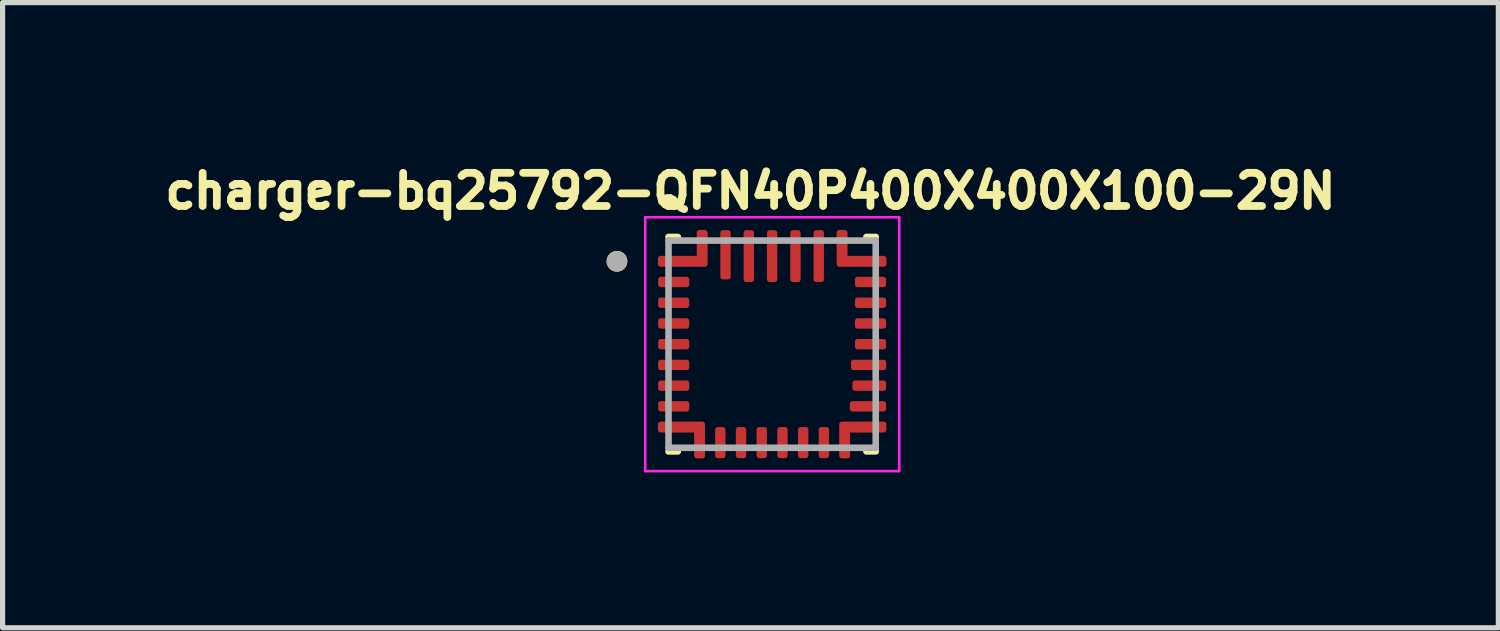
<source format=kicad_pcb>
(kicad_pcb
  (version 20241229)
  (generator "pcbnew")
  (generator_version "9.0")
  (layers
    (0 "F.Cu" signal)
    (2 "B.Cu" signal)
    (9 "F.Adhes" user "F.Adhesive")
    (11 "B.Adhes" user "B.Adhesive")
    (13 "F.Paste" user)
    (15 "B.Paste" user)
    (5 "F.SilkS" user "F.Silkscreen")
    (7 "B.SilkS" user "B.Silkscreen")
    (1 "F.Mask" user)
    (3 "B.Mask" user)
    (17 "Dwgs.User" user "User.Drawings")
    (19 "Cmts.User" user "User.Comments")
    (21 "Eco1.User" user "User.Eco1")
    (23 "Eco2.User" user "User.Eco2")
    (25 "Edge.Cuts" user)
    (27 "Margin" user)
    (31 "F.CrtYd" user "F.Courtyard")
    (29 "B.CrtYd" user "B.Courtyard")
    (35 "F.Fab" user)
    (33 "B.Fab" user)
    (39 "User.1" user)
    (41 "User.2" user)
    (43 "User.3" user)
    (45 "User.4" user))
  (footprint "charger-bq25792-QFN40P400X400X100-29N"
    (layer "F.Cu")
    (at 11.855 3.594)
    (property "Reference" "charger-bq25792-QFN40P400X400X100-29N" (at -0.418 -2.956 0) (layer "F.SilkS") (effects (font (size 0.64 0.64) (thickness 0.15))))
    (attr smd)
    (fp_poly (pts (xy -1.55 -1.3) (xy -1.55 -1.1) (xy -1.55 -1.097) (xy -1.55 -1.095) (xy -1.551 -1.092) (xy -1.551 -1.09) (xy -1.552 -1.087) (xy -1.552 -1.085) (xy -1.553 -1.082) (xy -1.554 -1.08) (xy -1.555 -1.077) (xy -1.557 -1.075) (xy -1.558 -1.073) (xy -1.56 -1.071) (xy -1.561 -1.069) (xy -1.563 -1.067) (xy -1.565 -1.065) (xy -1.567 -1.063) (xy -1.569 -1.061) (xy -1.571 -1.06) (xy -1.573 -1.058) (xy -1.575 -1.057) (xy -1.577 -1.055) (xy -1.58 -1.054) (xy -1.582 -1.053) (xy -1.585 -1.052) (xy -1.587 -1.052) (xy -1.59 -1.051) (xy -1.592 -1.051) (xy -1.595 -1.05) (xy -1.597 -1.05) (xy -1.6 -1.05) (xy -2.2 -1.05) (xy -2.203 -1.05) (xy -2.205 -1.05) (xy -2.208 -1.051) (xy -2.21 -1.051) (xy -2.213 -1.052) (xy -2.215 -1.052) (xy -2.218 -1.053) (xy -2.22 -1.054) (xy -2.223 -1.055) (xy -2.225 -1.057) (xy -2.227 -1.058) (xy -2.229 -1.06) (xy -2.231 -1.061) (xy -2.233 -1.063) (xy -2.235 -1.065) (xy -2.237 -1.067) (xy -2.239 -1.069) (xy -2.24 -1.071) (xy -2.242 -1.073) (xy -2.243 -1.075) (xy -2.245 -1.077) (xy -2.246 -1.08) (xy -2.247 -1.082) (xy -2.248 -1.085) (xy -2.248 -1.087) (xy -2.249 -1.09) (xy -2.249 -1.092) (xy -2.25 -1.095) (xy -2.25 -1.097) (xy -2.25 -1.1) (xy -2.25 -1.279) (xy -2.25 -1.283) (xy -2.25 -1.287) (xy -2.249 -1.29) (xy -2.248 -1.294) (xy -2.248 -1.298) (xy -2.247 -1.301) (xy -2.245 -1.305) (xy -2.244 -1.308) (xy -2.242 -1.311) (xy -2.241 -1.315) (xy -2.239 -1.318) (xy -2.236 -1.321) (xy -2.234 -1.324) (xy -2.232 -1.327) (xy -2.229 -1.329) (xy -2.227 -1.332) (xy -2.224 -1.334) (xy -2.221 -1.336) (xy -2.218 -1.339) (xy -2.215 -1.341) (xy -2.211 -1.342) (xy -2.208 -1.344) (xy -2.205 -1.345) (xy -2.201 -1.347) (xy -2.198 -1.348) (xy -2.194 -1.348) (xy -2.19 -1.349) (xy -2.187 -1.35) (xy -2.183 -1.35) (xy -2.179 -1.35) (xy -1.6 -1.35) (xy -1.597 -1.35) (xy -1.595 -1.35) (xy -1.592 -1.349) (xy -1.59 -1.349) (xy -1.587 -1.348) (xy -1.585 -1.348) (xy -1.582 -1.347) (xy -1.58 -1.346) (xy -1.577 -1.345) (xy -1.575 -1.343) (xy -1.573 -1.342) (xy -1.571 -1.34) (xy -1.569 -1.339) (xy -1.567 -1.337) (xy -1.565 -1.335) (xy -1.563 -1.333) (xy -1.561 -1.331) (xy -1.56 -1.329) (xy -1.558 -1.327) (xy -1.557 -1.325) (xy -1.555 -1.323) (xy -1.554 -1.32) (xy -1.553 -1.318) (xy -1.552 -1.315) (xy -1.552 -1.313) (xy -1.551 -1.31) (xy -1.551 -1.308) (xy -1.55 -1.305) (xy -1.55 -1.303) (xy -1.55 -1.3)) (stroke (width 0.01) (type solid)) (fill yes) (layer "F.Mask"))
    (fp_poly (pts (xy -1.55 -0.9) (xy -1.55 -0.7) (xy -1.55 -0.697) (xy -1.55 -0.695) (xy -1.551 -0.692) (xy -1.551 -0.69) (xy -1.552 -0.687) (xy -1.552 -0.685) (xy -1.553 -0.682) (xy -1.554 -0.68) (xy -1.555 -0.677) (xy -1.557 -0.675) (xy -1.558 -0.673) (xy -1.56 -0.671) (xy -1.561 -0.669) (xy -1.563 -0.667) (xy -1.565 -0.665) (xy -1.567 -0.663) (xy -1.569 -0.661) (xy -1.571 -0.66) (xy -1.573 -0.658) (xy -1.575 -0.657) (xy -1.577 -0.655) (xy -1.58 -0.654) (xy -1.582 -0.653) (xy -1.585 -0.652) (xy -1.587 -0.652) (xy -1.59 -0.651) (xy -1.592 -0.651) (xy -1.595 -0.65) (xy -1.597 -0.65) (xy -1.6 -0.65) (xy -2.2 -0.65) (xy -2.203 -0.65) (xy -2.205 -0.65) (xy -2.208 -0.651) (xy -2.21 -0.651) (xy -2.213 -0.652) (xy -2.215 -0.652) (xy -2.218 -0.653) (xy -2.22 -0.654) (xy -2.223 -0.655) (xy -2.225 -0.657) (xy -2.227 -0.658) (xy -2.229 -0.66) (xy -2.231 -0.661) (xy -2.233 -0.663) (xy -2.235 -0.665) (xy -2.237 -0.667) (xy -2.239 -0.669) (xy -2.24 -0.671) (xy -2.242 -0.673) (xy -2.243 -0.675) (xy -2.245 -0.677) (xy -2.246 -0.68) (xy -2.247 -0.682) (xy -2.248 -0.685) (xy -2.248 -0.687) (xy -2.249 -0.69) (xy -2.249 -0.692) (xy -2.25 -0.695) (xy -2.25 -0.697) (xy -2.25 -0.7) (xy -2.25 -0.879) (xy -2.25 -0.883) (xy -2.25 -0.887) (xy -2.249 -0.89) (xy -2.248 -0.894) (xy -2.248 -0.898) (xy -2.247 -0.901) (xy -2.245 -0.905) (xy -2.244 -0.908) (xy -2.242 -0.911) (xy -2.241 -0.915) (xy -2.239 -0.918) (xy -2.236 -0.921) (xy -2.234 -0.924) (xy -2.232 -0.927) (xy -2.229 -0.929) (xy -2.227 -0.932) (xy -2.224 -0.934) (xy -2.221 -0.936) (xy -2.218 -0.939) (xy -2.215 -0.941) (xy -2.211 -0.942) (xy -2.208 -0.944) (xy -2.205 -0.945) (xy -2.201 -0.947) (xy -2.198 -0.948) (xy -2.194 -0.948) (xy -2.19 -0.949) (xy -2.187 -0.95) (xy -2.183 -0.95) (xy -2.179 -0.95) (xy -1.6 -0.95) (xy -1.597 -0.95) (xy -1.595 -0.95) (xy -1.592 -0.949) (xy -1.59 -0.949) (xy -1.587 -0.948) (xy -1.585 -0.948) (xy -1.582 -0.947) (xy -1.58 -0.946) (xy -1.577 -0.945) (xy -1.575 -0.943) (xy -1.573 -0.942) (xy -1.571 -0.94) (xy -1.569 -0.939) (xy -1.567 -0.937) (xy -1.565 -0.935) (xy -1.563 -0.933) (xy -1.561 -0.931) (xy -1.56 -0.929) (xy -1.558 -0.927) (xy -1.557 -0.925) (xy -1.555 -0.923) (xy -1.554 -0.92) (xy -1.553 -0.918) (xy -1.552 -0.915) (xy -1.552 -0.913) (xy -1.551 -0.91) (xy -1.551 -0.908) (xy -1.55 -0.905) (xy -1.55 -0.903) (xy -1.55 -0.9)) (stroke (width 0.01) (type solid)) (fill yes) (layer "F.Mask"))
    (fp_poly (pts (xy -1.55 -0.5) (xy -1.55 -0.3) (xy -1.55 -0.297) (xy -1.55 -0.295) (xy -1.551 -0.292) (xy -1.551 -0.29) (xy -1.552 -0.287) (xy -1.552 -0.285) (xy -1.553 -0.282) (xy -1.554 -0.28) (xy -1.555 -0.277) (xy -1.557 -0.275) (xy -1.558 -0.273) (xy -1.56 -0.271) (xy -1.561 -0.269) (xy -1.563 -0.267) (xy -1.565 -0.265) (xy -1.567 -0.263) (xy -1.569 -0.261) (xy -1.571 -0.26) (xy -1.573 -0.258) (xy -1.575 -0.257) (xy -1.577 -0.255) (xy -1.58 -0.254) (xy -1.582 -0.253) (xy -1.585 -0.252) (xy -1.587 -0.252) (xy -1.59 -0.251) (xy -1.592 -0.251) (xy -1.595 -0.25) (xy -1.597 -0.25) (xy -1.6 -0.25) (xy -2.2 -0.25) (xy -2.203 -0.25) (xy -2.205 -0.25) (xy -2.208 -0.251) (xy -2.21 -0.251) (xy -2.213 -0.252) (xy -2.215 -0.252) (xy -2.218 -0.253) (xy -2.22 -0.254) (xy -2.223 -0.255) (xy -2.225 -0.257) (xy -2.227 -0.258) (xy -2.229 -0.26) (xy -2.231 -0.261) (xy -2.233 -0.263) (xy -2.235 -0.265) (xy -2.237 -0.267) (xy -2.239 -0.269) (xy -2.24 -0.271) (xy -2.242 -0.273) (xy -2.243 -0.275) (xy -2.245 -0.277) (xy -2.246 -0.28) (xy -2.247 -0.282) (xy -2.248 -0.285) (xy -2.248 -0.287) (xy -2.249 -0.29) (xy -2.249 -0.292) (xy -2.25 -0.295) (xy -2.25 -0.297) (xy -2.25 -0.3) (xy -2.25 -0.479) (xy -2.25 -0.483) (xy -2.25 -0.487) (xy -2.249 -0.49) (xy -2.248 -0.494) (xy -2.248 -0.498) (xy -2.247 -0.501) (xy -2.245 -0.505) (xy -2.244 -0.508) (xy -2.242 -0.511) (xy -2.241 -0.515) (xy -2.239 -0.518) (xy -2.236 -0.521) (xy -2.234 -0.524) (xy -2.232 -0.527) (xy -2.229 -0.529) (xy -2.227 -0.532) (xy -2.224 -0.534) (xy -2.221 -0.536) (xy -2.218 -0.539) (xy -2.215 -0.541) (xy -2.211 -0.542) (xy -2.208 -0.544) (xy -2.205 -0.545) (xy -2.201 -0.547) (xy -2.198 -0.548) (xy -2.194 -0.548) (xy -2.19 -0.549) (xy -2.187 -0.55) (xy -2.183 -0.55) (xy -2.179 -0.55) (xy -1.6 -0.55) (xy -1.597 -0.55) (xy -1.595 -0.55) (xy -1.592 -0.549) (xy -1.59 -0.549) (xy -1.587 -0.548) (xy -1.585 -0.548) (xy -1.582 -0.547) (xy -1.58 -0.546) (xy -1.577 -0.545) (xy -1.575 -0.543) (xy -1.573 -0.542) (xy -1.571 -0.54) (xy -1.569 -0.539) (xy -1.567 -0.537) (xy -1.565 -0.535) (xy -1.563 -0.533) (xy -1.561 -0.531) (xy -1.56 -0.529) (xy -1.558 -0.527) (xy -1.557 -0.525) (xy -1.555 -0.523) (xy -1.554 -0.52) (xy -1.553 -0.518) (xy -1.552 -0.515) (xy -1.552 -0.513) (xy -1.551 -0.51) (xy -1.551 -0.508) (xy -1.55 -0.505) (xy -1.55 -0.503) (xy -1.55 -0.5)) (stroke (width 0.01) (type solid)) (fill yes) (layer "F.Mask"))
    (fp_poly (pts (xy -1.55 -0.1) (xy -1.55 0.1) (xy -1.55 0.103) (xy -1.55 0.105) (xy -1.551 0.108) (xy -1.551 0.11) (xy -1.552 0.113) (xy -1.552 0.115) (xy -1.553 0.118) (xy -1.554 0.12) (xy -1.555 0.123) (xy -1.557 0.125) (xy -1.558 0.127) (xy -1.56 0.129) (xy -1.561 0.131) (xy -1.563 0.133) (xy -1.565 0.135) (xy -1.567 0.137) (xy -1.569 0.139) (xy -1.571 0.14) (xy -1.573 0.142) (xy -1.575 0.143) (xy -1.577 0.145) (xy -1.58 0.146) (xy -1.582 0.147) (xy -1.585 0.148) (xy -1.587 0.148) (xy -1.59 0.149) (xy -1.592 0.149) (xy -1.595 0.15) (xy -1.597 0.15) (xy -1.6 0.15) (xy -2.2 0.15) (xy -2.203 0.15) (xy -2.205 0.15) (xy -2.208 0.149) (xy -2.21 0.149) (xy -2.213 0.148) (xy -2.215 0.148) (xy -2.218 0.147) (xy -2.22 0.146) (xy -2.223 0.145) (xy -2.225 0.143) (xy -2.227 0.142) (xy -2.229 0.14) (xy -2.231 0.139) (xy -2.233 0.137) (xy -2.235 0.135) (xy -2.237 0.133) (xy -2.239 0.131) (xy -2.24 0.129) (xy -2.242 0.127) (xy -2.243 0.125) (xy -2.245 0.123) (xy -2.246 0.12) (xy -2.247 0.118) (xy -2.248 0.115) (xy -2.248 0.113) (xy -2.249 0.11) (xy -2.249 0.108) (xy -2.25 0.105) (xy -2.25 0.103) (xy -2.25 0.1) (xy -2.25 -0.079) (xy -2.25 -0.083) (xy -2.25 -0.087) (xy -2.249 -0.09) (xy -2.248 -0.094) (xy -2.248 -0.098) (xy -2.247 -0.101) (xy -2.245 -0.105) (xy -2.244 -0.108) (xy -2.242 -0.111) (xy -2.241 -0.115) (xy -2.239 -0.118) (xy -2.236 -0.121) (xy -2.234 -0.124) (xy -2.232 -0.127) (xy -2.229 -0.129) (xy -2.227 -0.132) (xy -2.224 -0.134) (xy -2.221 -0.136) (xy -2.218 -0.139) (xy -2.215 -0.141) (xy -2.211 -0.142) (xy -2.208 -0.144) (xy -2.205 -0.145) (xy -2.201 -0.147) (xy -2.198 -0.148) (xy -2.194 -0.148) (xy -2.19 -0.149) (xy -2.187 -0.15) (xy -2.183 -0.15) (xy -2.179 -0.15) (xy -1.6 -0.15) (xy -1.597 -0.15) (xy -1.595 -0.15) (xy -1.592 -0.149) (xy -1.59 -0.149) (xy -1.587 -0.148) (xy -1.585 -0.148) (xy -1.582 -0.147) (xy -1.58 -0.146) (xy -1.577 -0.145) (xy -1.575 -0.143) (xy -1.573 -0.142) (xy -1.571 -0.14) (xy -1.569 -0.139) (xy -1.567 -0.137) (xy -1.565 -0.135) (xy -1.563 -0.133) (xy -1.561 -0.131) (xy -1.56 -0.129) (xy -1.558 -0.127) (xy -1.557 -0.125) (xy -1.555 -0.123) (xy -1.554 -0.12) (xy -1.553 -0.118) (xy -1.552 -0.115) (xy -1.552 -0.113) (xy -1.551 -0.11) (xy -1.551 -0.108) (xy -1.55 -0.105) (xy -1.55 -0.103) (xy -1.55 -0.1)) (stroke (width 0.01) (type solid)) (fill yes) (layer "F.Mask"))
    (fp_poly (pts (xy -1.55 0.3) (xy -1.55 0.5) (xy -1.55 0.503) (xy -1.55 0.505) (xy -1.551 0.508) (xy -1.551 0.51) (xy -1.552 0.513) (xy -1.552 0.515) (xy -1.553 0.518) (xy -1.554 0.52) (xy -1.555 0.523) (xy -1.557 0.525) (xy -1.558 0.527) (xy -1.56 0.529) (xy -1.561 0.531) (xy -1.563 0.533) (xy -1.565 0.535) (xy -1.567 0.537) (xy -1.569 0.539) (xy -1.571 0.54) (xy -1.573 0.542) (xy -1.575 0.543) (xy -1.577 0.545) (xy -1.58 0.546) (xy -1.582 0.547) (xy -1.585 0.548) (xy -1.587 0.548) (xy -1.59 0.549) (xy -1.592 0.549) (xy -1.595 0.55) (xy -1.597 0.55) (xy -1.6 0.55) (xy -2.2 0.55) (xy -2.203 0.55) (xy -2.205 0.55) (xy -2.208 0.549) (xy -2.21 0.549) (xy -2.213 0.548) (xy -2.215 0.548) (xy -2.218 0.547) (xy -2.22 0.546) (xy -2.223 0.545) (xy -2.225 0.543) (xy -2.227 0.542) (xy -2.229 0.54) (xy -2.231 0.539) (xy -2.233 0.537) (xy -2.235 0.535) (xy -2.237 0.533) (xy -2.239 0.531) (xy -2.24 0.529) (xy -2.242 0.527) (xy -2.243 0.525) (xy -2.245 0.523) (xy -2.246 0.52) (xy -2.247 0.518) (xy -2.248 0.515) (xy -2.248 0.513) (xy -2.249 0.51) (xy -2.249 0.508) (xy -2.25 0.505) (xy -2.25 0.503) (xy -2.25 0.5) (xy -2.25 0.321) (xy -2.25 0.317) (xy -2.25 0.313) (xy -2.249 0.31) (xy -2.248 0.306) (xy -2.248 0.302) (xy -2.247 0.299) (xy -2.245 0.295) (xy -2.244 0.292) (xy -2.242 0.289) (xy -2.241 0.285) (xy -2.239 0.282) (xy -2.236 0.279) (xy -2.234 0.276) (xy -2.232 0.273) (xy -2.229 0.271) (xy -2.227 0.268) (xy -2.224 0.266) (xy -2.221 0.264) (xy -2.218 0.261) (xy -2.215 0.259) (xy -2.211 0.258) (xy -2.208 0.256) (xy -2.205 0.255) (xy -2.201 0.253) (xy -2.198 0.252) (xy -2.194 0.252) (xy -2.19 0.251) (xy -2.187 0.25) (xy -2.183 0.25) (xy -2.179 0.25) (xy -1.6 0.25) (xy -1.597 0.25) (xy -1.595 0.25) (xy -1.592 0.251) (xy -1.59 0.251) (xy -1.587 0.252) (xy -1.585 0.252) (xy -1.582 0.253) (xy -1.58 0.254) (xy -1.577 0.255) (xy -1.575 0.257) (xy -1.573 0.258) (xy -1.571 0.26) (xy -1.569 0.261) (xy -1.567 0.263) (xy -1.565 0.265) (xy -1.563 0.267) (xy -1.561 0.269) (xy -1.56 0.271) (xy -1.558 0.273) (xy -1.557 0.275) (xy -1.555 0.277) (xy -1.554 0.28) (xy -1.553 0.282) (xy -1.552 0.285) (xy -1.552 0.287) (xy -1.551 0.29) (xy -1.551 0.292) (xy -1.55 0.295) (xy -1.55 0.297) (xy -1.55 0.3)) (stroke (width 0.01) (type solid)) (fill yes) (layer "F.Mask"))
    (fp_poly (pts (xy -1.55 0.7) (xy -1.55 0.9) (xy -1.55 0.903) (xy -1.55 0.905) (xy -1.551 0.908) (xy -1.551 0.91) (xy -1.552 0.913) (xy -1.552 0.915) (xy -1.553 0.918) (xy -1.554 0.92) (xy -1.555 0.923) (xy -1.557 0.925) (xy -1.558 0.927) (xy -1.56 0.929) (xy -1.561 0.931) (xy -1.563 0.933) (xy -1.565 0.935) (xy -1.567 0.937) (xy -1.569 0.939) (xy -1.571 0.94) (xy -1.573 0.942) (xy -1.575 0.943) (xy -1.577 0.945) (xy -1.58 0.946) (xy -1.582 0.947) (xy -1.585 0.948) (xy -1.587 0.948) (xy -1.59 0.949) (xy -1.592 0.949) (xy -1.595 0.95) (xy -1.597 0.95) (xy -1.6 0.95) (xy -2.2 0.95) (xy -2.203 0.95) (xy -2.205 0.95) (xy -2.208 0.949) (xy -2.21 0.949) (xy -2.213 0.948) (xy -2.215 0.948) (xy -2.218 0.947) (xy -2.22 0.946) (xy -2.223 0.945) (xy -2.225 0.943) (xy -2.227 0.942) (xy -2.229 0.94) (xy -2.231 0.939) (xy -2.233 0.937) (xy -2.235 0.935) (xy -2.237 0.933) (xy -2.239 0.931) (xy -2.24 0.929) (xy -2.242 0.927) (xy -2.243 0.925) (xy -2.245 0.923) (xy -2.246 0.92) (xy -2.247 0.918) (xy -2.248 0.915) (xy -2.248 0.913) (xy -2.249 0.91) (xy -2.249 0.908) (xy -2.25 0.905) (xy -2.25 0.903) (xy -2.25 0.9) (xy -2.25 0.721) (xy -2.25 0.717) (xy -2.25 0.713) (xy -2.249 0.71) (xy -2.248 0.706) (xy -2.248 0.702) (xy -2.247 0.699) (xy -2.245 0.695) (xy -2.244 0.692) (xy -2.242 0.689) (xy -2.241 0.685) (xy -2.239 0.682) (xy -2.236 0.679) (xy -2.234 0.676) (xy -2.232 0.673) (xy -2.229 0.671) (xy -2.227 0.668) (xy -2.224 0.666) (xy -2.221 0.664) (xy -2.218 0.661) (xy -2.215 0.659) (xy -2.211 0.658) (xy -2.208 0.656) (xy -2.205 0.655) (xy -2.201 0.653) (xy -2.198 0.652) (xy -2.194 0.652) (xy -2.19 0.651) (xy -2.187 0.65) (xy -2.183 0.65) (xy -2.179 0.65) (xy -1.6 0.65) (xy -1.597 0.65) (xy -1.595 0.65) (xy -1.592 0.651) (xy -1.59 0.651) (xy -1.587 0.652) (xy -1.585 0.652) (xy -1.582 0.653) (xy -1.58 0.654) (xy -1.577 0.655) (xy -1.575 0.657) (xy -1.573 0.658) (xy -1.571 0.66) (xy -1.569 0.661) (xy -1.567 0.663) (xy -1.565 0.665) (xy -1.563 0.667) (xy -1.561 0.669) (xy -1.56 0.671) (xy -1.558 0.673) (xy -1.557 0.675) (xy -1.555 0.677) (xy -1.554 0.68) (xy -1.553 0.682) (xy -1.552 0.685) (xy -1.552 0.687) (xy -1.551 0.69) (xy -1.551 0.692) (xy -1.55 0.695) (xy -1.55 0.697) (xy -1.55 0.7)) (stroke (width 0.01) (type solid)) (fill yes) (layer "F.Mask"))
    (fp_poly (pts (xy -1.55 1.1) (xy -1.55 1.3) (xy -1.55 1.303) (xy -1.55 1.305) (xy -1.551 1.308) (xy -1.551 1.31) (xy -1.552 1.313) (xy -1.552 1.315) (xy -1.553 1.318) (xy -1.554 1.32) (xy -1.555 1.323) (xy -1.557 1.325) (xy -1.558 1.327) (xy -1.56 1.329) (xy -1.561 1.331) (xy -1.563 1.333) (xy -1.565 1.335) (xy -1.567 1.337) (xy -1.569 1.339) (xy -1.571 1.34) (xy -1.573 1.342) (xy -1.575 1.343) (xy -1.577 1.345) (xy -1.58 1.346) (xy -1.582 1.347) (xy -1.585 1.348) (xy -1.587 1.348) (xy -1.59 1.349) (xy -1.592 1.349) (xy -1.595 1.35) (xy -1.597 1.35) (xy -1.6 1.35) (xy -2.2 1.35) (xy -2.203 1.35) (xy -2.205 1.35) (xy -2.208 1.349) (xy -2.21 1.349) (xy -2.213 1.348) (xy -2.215 1.348) (xy -2.218 1.347) (xy -2.22 1.346) (xy -2.223 1.345) (xy -2.225 1.343) (xy -2.227 1.342) (xy -2.229 1.34) (xy -2.231 1.339) (xy -2.233 1.337) (xy -2.235 1.335) (xy -2.237 1.333) (xy -2.239 1.331) (xy -2.24 1.329) (xy -2.242 1.327) (xy -2.243 1.325) (xy -2.245 1.323) (xy -2.246 1.32) (xy -2.247 1.318) (xy -2.248 1.315) (xy -2.248 1.313) (xy -2.249 1.31) (xy -2.249 1.308) (xy -2.25 1.305) (xy -2.25 1.303) (xy -2.25 1.3) (xy -2.25 1.121) (xy -2.25 1.117) (xy -2.25 1.113) (xy -2.249 1.11) (xy -2.248 1.106) (xy -2.248 1.102) (xy -2.247 1.099) (xy -2.245 1.095) (xy -2.244 1.092) (xy -2.242 1.089) (xy -2.241 1.085) (xy -2.239 1.082) (xy -2.236 1.079) (xy -2.234 1.076) (xy -2.232 1.073) (xy -2.229 1.071) (xy -2.227 1.068) (xy -2.224 1.066) (xy -2.221 1.064) (xy -2.218 1.061) (xy -2.215 1.059) (xy -2.211 1.058) (xy -2.208 1.056) (xy -2.205 1.055) (xy -2.201 1.053) (xy -2.198 1.052) (xy -2.194 1.052) (xy -2.19 1.051) (xy -2.187 1.05) (xy -2.183 1.05) (xy -2.179 1.05) (xy -1.6 1.05) (xy -1.597 1.05) (xy -1.595 1.05) (xy -1.592 1.051) (xy -1.59 1.051) (xy -1.587 1.052) (xy -1.585 1.052) (xy -1.582 1.053) (xy -1.58 1.054) (xy -1.577 1.055) (xy -1.575 1.057) (xy -1.573 1.058) (xy -1.571 1.06) (xy -1.569 1.061) (xy -1.567 1.063) (xy -1.565 1.065) (xy -1.563 1.067) (xy -1.561 1.069) (xy -1.56 1.071) (xy -1.558 1.073) (xy -1.557 1.075) (xy -1.555 1.077) (xy -1.554 1.08) (xy -1.553 1.082) (xy -1.552 1.085) (xy -1.552 1.087) (xy -1.551 1.09) (xy -1.551 1.092) (xy -1.55 1.095) (xy -1.55 1.097) (xy -1.55 1.1)) (stroke (width 0.01) (type solid)) (fill yes) (layer "F.Mask"))
    (fp_poly (pts (xy -1.1 1.55) (xy -0.9 1.55) (xy -0.897 1.55) (xy -0.895 1.55) (xy -0.892 1.551) (xy -0.89 1.551) (xy -0.887 1.552) (xy -0.885 1.552) (xy -0.882 1.553) (xy -0.88 1.554) (xy -0.877 1.555) (xy -0.875 1.557) (xy -0.873 1.558) (xy -0.871 1.56) (xy -0.869 1.561) (xy -0.867 1.563) (xy -0.865 1.565) (xy -0.863 1.567) (xy -0.861 1.569) (xy -0.86 1.571) (xy -0.858 1.573) (xy -0.857 1.575) (xy -0.855 1.577) (xy -0.854 1.58) (xy -0.853 1.582) (xy -0.852 1.585) (xy -0.852 1.587) (xy -0.851 1.59) (xy -0.851 1.592) (xy -0.85 1.595) (xy -0.85 1.597) (xy -0.85 1.6) (xy -0.85 2.2) (xy -0.85 2.203) (xy -0.85 2.205) (xy -0.851 2.208) (xy -0.851 2.21) (xy -0.852 2.213) (xy -0.852 2.215) (xy -0.853 2.218) (xy -0.854 2.22) (xy -0.855 2.223) (xy -0.857 2.225) (xy -0.858 2.227) (xy -0.86 2.229) (xy -0.861 2.231) (xy -0.863 2.233) (xy -0.865 2.235) (xy -0.867 2.237) (xy -0.869 2.239) (xy -0.871 2.24) (xy -0.873 2.242) (xy -0.875 2.243) (xy -0.877 2.245) (xy -0.88 2.246) (xy -0.882 2.247) (xy -0.885 2.248) (xy -0.887 2.248) (xy -0.89 2.249) (xy -0.892 2.249) (xy -0.895 2.25) (xy -0.897 2.25) (xy -0.9 2.25) (xy -1.079 2.25) (xy -1.083 2.25) (xy -1.087 2.25) (xy -1.09 2.249) (xy -1.094 2.248) (xy -1.098 2.248) (xy -1.101 2.247) (xy -1.105 2.245) (xy -1.108 2.244) (xy -1.111 2.242) (xy -1.115 2.241) (xy -1.118 2.239) (xy -1.121 2.236) (xy -1.124 2.234) (xy -1.127 2.232) (xy -1.129 2.229) (xy -1.132 2.227) (xy -1.134 2.224) (xy -1.136 2.221) (xy -1.139 2.218) (xy -1.141 2.215) (xy -1.142 2.211) (xy -1.144 2.208) (xy -1.145 2.205) (xy -1.147 2.201) (xy -1.148 2.198) (xy -1.148 2.194) (xy -1.149 2.19) (xy -1.15 2.187) (xy -1.15 2.183) (xy -1.15 2.179) (xy -1.15 1.6) (xy -1.15 1.597) (xy -1.15 1.595) (xy -1.149 1.592) (xy -1.149 1.59) (xy -1.148 1.587) (xy -1.148 1.585) (xy -1.147 1.582) (xy -1.146 1.58) (xy -1.145 1.577) (xy -1.143 1.575) (xy -1.142 1.573) (xy -1.14 1.571) (xy -1.139 1.569) (xy -1.137 1.567) (xy -1.135 1.565) (xy -1.133 1.563) (xy -1.131 1.561) (xy -1.129 1.56) (xy -1.127 1.558) (xy -1.125 1.557) (xy -1.123 1.555) (xy -1.12 1.554) (xy -1.118 1.553) (xy -1.115 1.552) (xy -1.113 1.552) (xy -1.11 1.551) (xy -1.108 1.551) (xy -1.105 1.55) (xy -1.103 1.55) (xy -1.1 1.55)) (stroke (width 0.01) (type solid)) (fill yes) (layer "F.Mask"))
    (fp_poly (pts (xy -0.75 -2.2) (xy -0.75 -1.25) (xy -0.75 -1.247) (xy -0.75 -1.245) (xy -0.751 -1.242) (xy -0.751 -1.24) (xy -0.752 -1.237) (xy -0.752 -1.235) (xy -0.753 -1.232) (xy -0.754 -1.23) (xy -0.755 -1.227) (xy -0.757 -1.225) (xy -0.758 -1.223) (xy -0.76 -1.221) (xy -0.761 -1.219) (xy -0.763 -1.217) (xy -0.765 -1.215) (xy -0.767 -1.213) (xy -0.769 -1.211) (xy -0.771 -1.21) (xy -0.773 -1.208) (xy -0.775 -1.207) (xy -0.777 -1.205) (xy -0.78 -1.204) (xy -0.782 -1.203) (xy -0.785 -1.202) (xy -0.787 -1.202) (xy -0.79 -1.201) (xy -0.792 -1.201) (xy -0.795 -1.2) (xy -0.797 -1.2) (xy -0.8 -1.2) (xy -1 -1.2) (xy -1.003 -1.2) (xy -1.005 -1.2) (xy -1.008 -1.201) (xy -1.01 -1.201) (xy -1.013 -1.202) (xy -1.015 -1.202) (xy -1.018 -1.203) (xy -1.02 -1.204) (xy -1.023 -1.205) (xy -1.025 -1.207) (xy -1.027 -1.208) (xy -1.029 -1.21) (xy -1.031 -1.211) (xy -1.033 -1.213) (xy -1.035 -1.215) (xy -1.037 -1.217) (xy -1.039 -1.219) (xy -1.04 -1.221) (xy -1.042 -1.223) (xy -1.043 -1.225) (xy -1.045 -1.227) (xy -1.046 -1.23) (xy -1.047 -1.232) (xy -1.048 -1.235) (xy -1.048 -1.237) (xy -1.049 -1.24) (xy -1.049 -1.242) (xy -1.05 -1.245) (xy -1.05 -1.247) (xy -1.05 -1.25) (xy -1.05 -2.2) (xy -1.05 -2.203) (xy -1.05 -2.205) (xy -1.049 -2.208) (xy -1.049 -2.21) (xy -1.048 -2.213) (xy -1.048 -2.215) (xy -1.047 -2.218) (xy -1.046 -2.22) (xy -1.045 -2.223) (xy -1.043 -2.225) (xy -1.042 -2.227) (xy -1.04 -2.229) (xy -1.039 -2.231) (xy -1.037 -2.233) (xy -1.035 -2.235) (xy -1.033 -2.237) (xy -1.031 -2.239) (xy -1.029 -2.24) (xy -1.027 -2.242) (xy -1.025 -2.243) (xy -1.023 -2.245) (xy -1.02 -2.246) (xy -1.018 -2.247) (xy -1.015 -2.248) (xy -1.013 -2.248) (xy -1.01 -2.249) (xy -1.008 -2.249) (xy -1.005 -2.25) (xy -1.003 -2.25) (xy -1 -2.25) (xy -0.8 -2.25) (xy -0.797 -2.25) (xy -0.795 -2.25) (xy -0.792 -2.249) (xy -0.79 -2.249) (xy -0.787 -2.248) (xy -0.785 -2.248) (xy -0.782 -2.247) (xy -0.78 -2.246) (xy -0.777 -2.245) (xy -0.775 -2.243) (xy -0.773 -2.242) (xy -0.771 -2.24) (xy -0.769 -2.239) (xy -0.767 -2.237) (xy -0.765 -2.235) (xy -0.763 -2.233) (xy -0.761 -2.231) (xy -0.76 -2.229) (xy -0.758 -2.227) (xy -0.757 -2.225) (xy -0.755 -2.223) (xy -0.754 -2.22) (xy -0.753 -2.218) (xy -0.752 -2.215) (xy -0.752 -2.213) (xy -0.751 -2.21) (xy -0.751 -2.208) (xy -0.75 -2.205) (xy -0.75 -2.203) (xy -0.75 -2.2)) (stroke (width 0.01) (type solid)) (fill yes) (layer "F.Mask"))
    (fp_poly (pts (xy -0.7 1.55) (xy -0.5 1.55) (xy -0.497 1.55) (xy -0.495 1.55) (xy -0.492 1.551) (xy -0.49 1.551) (xy -0.487 1.552) (xy -0.485 1.552) (xy -0.482 1.553) (xy -0.48 1.554) (xy -0.477 1.555) (xy -0.475 1.557) (xy -0.473 1.558) (xy -0.471 1.56) (xy -0.469 1.561) (xy -0.467 1.563) (xy -0.465 1.565) (xy -0.463 1.567) (xy -0.461 1.569) (xy -0.46 1.571) (xy -0.458 1.573) (xy -0.457 1.575) (xy -0.455 1.577) (xy -0.454 1.58) (xy -0.453 1.582) (xy -0.452 1.585) (xy -0.452 1.587) (xy -0.451 1.59) (xy -0.451 1.592) (xy -0.45 1.595) (xy -0.45 1.597) (xy -0.45 1.6) (xy -0.45 2.2) (xy -0.45 2.203) (xy -0.45 2.205) (xy -0.451 2.208) (xy -0.451 2.21) (xy -0.452 2.213) (xy -0.452 2.215) (xy -0.453 2.218) (xy -0.454 2.22) (xy -0.455 2.223) (xy -0.457 2.225) (xy -0.458 2.227) (xy -0.46 2.229) (xy -0.461 2.231) (xy -0.463 2.233) (xy -0.465 2.235) (xy -0.467 2.237) (xy -0.469 2.239) (xy -0.471 2.24) (xy -0.473 2.242) (xy -0.475 2.243) (xy -0.477 2.245) (xy -0.48 2.246) (xy -0.482 2.247) (xy -0.485 2.248) (xy -0.487 2.248) (xy -0.49 2.249) (xy -0.492 2.249) (xy -0.495 2.25) (xy -0.497 2.25) (xy -0.5 2.25) (xy -0.679 2.25) (xy -0.683 2.25) (xy -0.687 2.25) (xy -0.69 2.249) (xy -0.694 2.248) (xy -0.698 2.248) (xy -0.701 2.247) (xy -0.705 2.245) (xy -0.708 2.244) (xy -0.711 2.242) (xy -0.715 2.241) (xy -0.718 2.239) (xy -0.721 2.236) (xy -0.724 2.234) (xy -0.727 2.232) (xy -0.729 2.229) (xy -0.732 2.227) (xy -0.734 2.224) (xy -0.736 2.221) (xy -0.739 2.218) (xy -0.741 2.215) (xy -0.742 2.211) (xy -0.744 2.208) (xy -0.745 2.205) (xy -0.747 2.201) (xy -0.748 2.198) (xy -0.748 2.194) (xy -0.749 2.19) (xy -0.75 2.187) (xy -0.75 2.183) (xy -0.75 2.179) (xy -0.75 1.6) (xy -0.75 1.597) (xy -0.75 1.595) (xy -0.749 1.592) (xy -0.749 1.59) (xy -0.748 1.587) (xy -0.748 1.585) (xy -0.747 1.582) (xy -0.746 1.58) (xy -0.745 1.577) (xy -0.743 1.575) (xy -0.742 1.573) (xy -0.74 1.571) (xy -0.739 1.569) (xy -0.737 1.567) (xy -0.735 1.565) (xy -0.733 1.563) (xy -0.731 1.561) (xy -0.729 1.56) (xy -0.727 1.558) (xy -0.725 1.557) (xy -0.723 1.555) (xy -0.72 1.554) (xy -0.718 1.553) (xy -0.715 1.552) (xy -0.713 1.552) (xy -0.71 1.551) (xy -0.708 1.551) (xy -0.705 1.55) (xy -0.703 1.55) (xy -0.7 1.55)) (stroke (width 0.01) (type solid)) (fill yes) (layer "F.Mask"))
    (fp_poly (pts (xy -0.3 -2.2) (xy -0.3 -1.2) (xy -0.3 -1.197) (xy -0.3 -1.195) (xy -0.301 -1.192) (xy -0.301 -1.19) (xy -0.302 -1.187) (xy -0.302 -1.185) (xy -0.303 -1.182) (xy -0.304 -1.18) (xy -0.305 -1.177) (xy -0.307 -1.175) (xy -0.308 -1.173) (xy -0.31 -1.171) (xy -0.311 -1.169) (xy -0.313 -1.167) (xy -0.315 -1.165) (xy -0.317 -1.163) (xy -0.319 -1.161) (xy -0.321 -1.16) (xy -0.323 -1.158) (xy -0.325 -1.157) (xy -0.327 -1.155) (xy -0.33 -1.154) (xy -0.332 -1.153) (xy -0.335 -1.152) (xy -0.337 -1.152) (xy -0.34 -1.151) (xy -0.342 -1.151) (xy -0.345 -1.15) (xy -0.347 -1.15) (xy -0.35 -1.15) (xy -0.55 -1.15) (xy -0.553 -1.15) (xy -0.555 -1.15) (xy -0.558 -1.151) (xy -0.56 -1.151) (xy -0.563 -1.152) (xy -0.565 -1.152) (xy -0.568 -1.153) (xy -0.57 -1.154) (xy -0.573 -1.155) (xy -0.575 -1.157) (xy -0.577 -1.158) (xy -0.579 -1.16) (xy -0.581 -1.161) (xy -0.583 -1.163) (xy -0.585 -1.165) (xy -0.587 -1.167) (xy -0.589 -1.169) (xy -0.59 -1.171) (xy -0.592 -1.173) (xy -0.593 -1.175) (xy -0.595 -1.177) (xy -0.596 -1.18) (xy -0.597 -1.182) (xy -0.598 -1.185) (xy -0.598 -1.187) (xy -0.599 -1.19) (xy -0.599 -1.192) (xy -0.6 -1.195) (xy -0.6 -1.197) (xy -0.6 -1.2) (xy -0.6 -2.2) (xy -0.6 -2.203) (xy -0.6 -2.205) (xy -0.599 -2.208) (xy -0.599 -2.21) (xy -0.598 -2.213) (xy -0.598 -2.215) (xy -0.597 -2.218) (xy -0.596 -2.22) (xy -0.595 -2.223) (xy -0.593 -2.225) (xy -0.592 -2.227) (xy -0.59 -2.229) (xy -0.589 -2.231) (xy -0.587 -2.233) (xy -0.585 -2.235) (xy -0.583 -2.237) (xy -0.581 -2.239) (xy -0.579 -2.24) (xy -0.577 -2.242) (xy -0.575 -2.243) (xy -0.573 -2.245) (xy -0.57 -2.246) (xy -0.568 -2.247) (xy -0.565 -2.248) (xy -0.563 -2.248) (xy -0.56 -2.249) (xy -0.558 -2.249) (xy -0.555 -2.25) (xy -0.553 -2.25) (xy -0.55 -2.25) (xy -0.35 -2.25) (xy -0.347 -2.25) (xy -0.345 -2.25) (xy -0.342 -2.249) (xy -0.34 -2.249) (xy -0.337 -2.248) (xy -0.335 -2.248) (xy -0.332 -2.247) (xy -0.33 -2.246) (xy -0.327 -2.245) (xy -0.325 -2.243) (xy -0.323 -2.242) (xy -0.321 -2.24) (xy -0.319 -2.239) (xy -0.317 -2.237) (xy -0.315 -2.235) (xy -0.313 -2.233) (xy -0.311 -2.231) (xy -0.31 -2.229) (xy -0.308 -2.227) (xy -0.307 -2.225) (xy -0.305 -2.223) (xy -0.304 -2.22) (xy -0.303 -2.218) (xy -0.302 -2.215) (xy -0.302 -2.213) (xy -0.301 -2.21) (xy -0.301 -2.208) (xy -0.3 -2.205) (xy -0.3 -2.203) (xy -0.3 -2.2)) (stroke (width 0.01) (type solid)) (fill yes) (layer "F.Mask"))
    (fp_poly (pts (xy -0.3 1.55) (xy -0.1 1.55) (xy -0.097 1.55) (xy -0.095 1.55) (xy -0.092 1.551) (xy -0.09 1.551) (xy -0.087 1.552) (xy -0.085 1.552) (xy -0.082 1.553) (xy -0.08 1.554) (xy -0.077 1.555) (xy -0.075 1.557) (xy -0.073 1.558) (xy -0.071 1.56) (xy -0.069 1.561) (xy -0.067 1.563) (xy -0.065 1.565) (xy -0.063 1.567) (xy -0.061 1.569) (xy -0.06 1.571) (xy -0.058 1.573) (xy -0.057 1.575) (xy -0.055 1.577) (xy -0.054 1.58) (xy -0.053 1.582) (xy -0.052 1.585) (xy -0.052 1.587) (xy -0.051 1.59) (xy -0.051 1.592) (xy -0.05 1.595) (xy -0.05 1.597) (xy -0.05 1.6) (xy -0.05 2.2) (xy -0.05 2.203) (xy -0.05 2.205) (xy -0.051 2.208) (xy -0.051 2.21) (xy -0.052 2.213) (xy -0.052 2.215) (xy -0.053 2.218) (xy -0.054 2.22) (xy -0.055 2.223) (xy -0.057 2.225) (xy -0.058 2.227) (xy -0.06 2.229) (xy -0.061 2.231) (xy -0.063 2.233) (xy -0.065 2.235) (xy -0.067 2.237) (xy -0.069 2.239) (xy -0.071 2.24) (xy -0.073 2.242) (xy -0.075 2.243) (xy -0.077 2.245) (xy -0.08 2.246) (xy -0.082 2.247) (xy -0.085 2.248) (xy -0.087 2.248) (xy -0.09 2.249) (xy -0.092 2.249) (xy -0.095 2.25) (xy -0.097 2.25) (xy -0.1 2.25) (xy -0.279 2.25) (xy -0.283 2.25) (xy -0.287 2.25) (xy -0.29 2.249) (xy -0.294 2.248) (xy -0.298 2.248) (xy -0.301 2.247) (xy -0.305 2.245) (xy -0.308 2.244) (xy -0.311 2.242) (xy -0.315 2.241) (xy -0.318 2.239) (xy -0.321 2.236) (xy -0.324 2.234) (xy -0.327 2.232) (xy -0.329 2.229) (xy -0.332 2.227) (xy -0.334 2.224) (xy -0.336 2.221) (xy -0.339 2.218) (xy -0.341 2.215) (xy -0.342 2.211) (xy -0.344 2.208) (xy -0.345 2.205) (xy -0.347 2.201) (xy -0.348 2.198) (xy -0.348 2.194) (xy -0.349 2.19) (xy -0.35 2.187) (xy -0.35 2.183) (xy -0.35 2.179) (xy -0.35 1.6) (xy -0.35 1.597) (xy -0.35 1.595) (xy -0.349 1.592) (xy -0.349 1.59) (xy -0.348 1.587) (xy -0.348 1.585) (xy -0.347 1.582) (xy -0.346 1.58) (xy -0.345 1.577) (xy -0.343 1.575) (xy -0.342 1.573) (xy -0.34 1.571) (xy -0.339 1.569) (xy -0.337 1.567) (xy -0.335 1.565) (xy -0.333 1.563) (xy -0.331 1.561) (xy -0.329 1.56) (xy -0.327 1.558) (xy -0.325 1.557) (xy -0.323 1.555) (xy -0.32 1.554) (xy -0.318 1.553) (xy -0.315 1.552) (xy -0.313 1.552) (xy -0.31 1.551) (xy -0.308 1.551) (xy -0.305 1.55) (xy -0.303 1.55) (xy -0.3 1.55)) (stroke (width 0.01) (type solid)) (fill yes) (layer "F.Mask"))
    (fp_poly (pts (xy 0.1 1.55) (xy 0.3 1.55) (xy 0.303 1.55) (xy 0.305 1.55) (xy 0.308 1.551) (xy 0.31 1.551) (xy 0.313 1.552) (xy 0.315 1.552) (xy 0.318 1.553) (xy 0.32 1.554) (xy 0.323 1.555) (xy 0.325 1.557) (xy 0.327 1.558) (xy 0.329 1.56) (xy 0.331 1.561) (xy 0.333 1.563) (xy 0.335 1.565) (xy 0.337 1.567) (xy 0.339 1.569) (xy 0.34 1.571) (xy 0.342 1.573) (xy 0.343 1.575) (xy 0.345 1.577) (xy 0.346 1.58) (xy 0.347 1.582) (xy 0.348 1.585) (xy 0.348 1.587) (xy 0.349 1.59) (xy 0.349 1.592) (xy 0.35 1.595) (xy 0.35 1.597) (xy 0.35 1.6) (xy 0.35 2.2) (xy 0.35 2.203) (xy 0.35 2.205) (xy 0.349 2.208) (xy 0.349 2.21) (xy 0.348 2.213) (xy 0.348 2.215) (xy 0.347 2.218) (xy 0.346 2.22) (xy 0.345 2.223) (xy 0.343 2.225) (xy 0.342 2.227) (xy 0.34 2.229) (xy 0.339 2.231) (xy 0.337 2.233) (xy 0.335 2.235) (xy 0.333 2.237) (xy 0.331 2.239) (xy 0.329 2.24) (xy 0.327 2.242) (xy 0.325 2.243) (xy 0.323 2.245) (xy 0.32 2.246) (xy 0.318 2.247) (xy 0.315 2.248) (xy 0.313 2.248) (xy 0.31 2.249) (xy 0.308 2.249) (xy 0.305 2.25) (xy 0.303 2.25) (xy 0.3 2.25) (xy 0.121 2.25) (xy 0.117 2.25) (xy 0.113 2.25) (xy 0.11 2.249) (xy 0.106 2.248) (xy 0.102 2.248) (xy 0.099 2.247) (xy 0.095 2.245) (xy 0.092 2.244) (xy 0.089 2.242) (xy 0.085 2.241) (xy 0.082 2.239) (xy 0.079 2.236) (xy 0.076 2.234) (xy 0.073 2.232) (xy 0.071 2.229) (xy 0.068 2.227) (xy 0.066 2.224) (xy 0.064 2.221) (xy 0.061 2.218) (xy 0.059 2.215) (xy 0.058 2.211) (xy 0.056 2.208) (xy 0.055 2.205) (xy 0.053 2.201) (xy 0.052 2.198) (xy 0.052 2.194) (xy 0.051 2.19) (xy 0.05 2.187) (xy 0.05 2.183) (xy 0.05 2.179) (xy 0.05 1.6) (xy 0.05 1.597) (xy 0.05 1.595) (xy 0.051 1.592) (xy 0.051 1.59) (xy 0.052 1.587) (xy 0.052 1.585) (xy 0.053 1.582) (xy 0.054 1.58) (xy 0.055 1.577) (xy 0.057 1.575) (xy 0.058 1.573) (xy 0.06 1.571) (xy 0.061 1.569) (xy 0.063 1.567) (xy 0.065 1.565) (xy 0.067 1.563) (xy 0.069 1.561) (xy 0.071 1.56) (xy 0.073 1.558) (xy 0.075 1.557) (xy 0.077 1.555) (xy 0.08 1.554) (xy 0.082 1.553) (xy 0.085 1.552) (xy 0.087 1.552) (xy 0.09 1.551) (xy 0.092 1.551) (xy 0.095 1.55) (xy 0.097 1.55) (xy 0.1 1.55)) (stroke (width 0.01) (type solid)) (fill yes) (layer "F.Mask"))
    (fp_poly (pts (xy 0.15 -2.2) (xy 0.15 -1.2) (xy 0.15 -1.197) (xy 0.15 -1.195) (xy 0.149 -1.192) (xy 0.149 -1.19) (xy 0.148 -1.187) (xy 0.148 -1.185) (xy 0.147 -1.182) (xy 0.146 -1.18) (xy 0.145 -1.177) (xy 0.143 -1.175) (xy 0.142 -1.173) (xy 0.14 -1.171) (xy 0.139 -1.169) (xy 0.137 -1.167) (xy 0.135 -1.165) (xy 0.133 -1.163) (xy 0.131 -1.161) (xy 0.129 -1.16) (xy 0.127 -1.158) (xy 0.125 -1.157) (xy 0.123 -1.155) (xy 0.12 -1.154) (xy 0.118 -1.153) (xy 0.115 -1.152) (xy 0.113 -1.152) (xy 0.11 -1.151) (xy 0.108 -1.151) (xy 0.105 -1.15) (xy 0.103 -1.15) (xy 0.1 -1.15) (xy -0.1 -1.15) (xy -0.103 -1.15) (xy -0.105 -1.15) (xy -0.108 -1.151) (xy -0.11 -1.151) (xy -0.113 -1.152) (xy -0.115 -1.152) (xy -0.118 -1.153) (xy -0.12 -1.154) (xy -0.123 -1.155) (xy -0.125 -1.157) (xy -0.127 -1.158) (xy -0.129 -1.16) (xy -0.131 -1.161) (xy -0.133 -1.163) (xy -0.135 -1.165) (xy -0.137 -1.167) (xy -0.139 -1.169) (xy -0.14 -1.171) (xy -0.142 -1.173) (xy -0.143 -1.175) (xy -0.145 -1.177) (xy -0.146 -1.18) (xy -0.147 -1.182) (xy -0.148 -1.185) (xy -0.148 -1.187) (xy -0.149 -1.19) (xy -0.149 -1.192) (xy -0.15 -1.195) (xy -0.15 -1.197) (xy -0.15 -1.2) (xy -0.15 -2.2) (xy -0.15 -2.203) (xy -0.15 -2.205) (xy -0.149 -2.208) (xy -0.149 -2.21) (xy -0.148 -2.213) (xy -0.148 -2.215) (xy -0.147 -2.218) (xy -0.146 -2.22) (xy -0.145 -2.223) (xy -0.143 -2.225) (xy -0.142 -2.227) (xy -0.14 -2.229) (xy -0.139 -2.231) (xy -0.137 -2.233) (xy -0.135 -2.235) (xy -0.133 -2.237) (xy -0.131 -2.239) (xy -0.129 -2.24) (xy -0.127 -2.242) (xy -0.125 -2.243) (xy -0.123 -2.245) (xy -0.12 -2.246) (xy -0.118 -2.247) (xy -0.115 -2.248) (xy -0.113 -2.248) (xy -0.11 -2.249) (xy -0.108 -2.249) (xy -0.105 -2.25) (xy -0.103 -2.25) (xy -0.1 -2.25) (xy 0.1 -2.25) (xy 0.103 -2.25) (xy 0.105 -2.25) (xy 0.108 -2.249) (xy 0.11 -2.249) (xy 0.113 -2.248) (xy 0.115 -2.248) (xy 0.118 -2.247) (xy 0.12 -2.246) (xy 0.123 -2.245) (xy 0.125 -2.243) (xy 0.127 -2.242) (xy 0.129 -2.24) (xy 0.131 -2.239) (xy 0.133 -2.237) (xy 0.135 -2.235) (xy 0.137 -2.233) (xy 0.139 -2.231) (xy 0.14 -2.229) (xy 0.142 -2.227) (xy 0.143 -2.225) (xy 0.145 -2.223) (xy 0.146 -2.22) (xy 0.147 -2.218) (xy 0.148 -2.215) (xy 0.148 -2.213) (xy 0.149 -2.21) (xy 0.149 -2.208) (xy 0.15 -2.205) (xy 0.15 -2.203) (xy 0.15 -2.2)) (stroke (width 0.01) (type solid)) (fill yes) (layer "F.Mask"))
    (fp_poly (pts (xy 0.5 1.55) (xy 0.7 1.55) (xy 0.703 1.55) (xy 0.705 1.55) (xy 0.708 1.551) (xy 0.71 1.551) (xy 0.713 1.552) (xy 0.715 1.552) (xy 0.718 1.553) (xy 0.72 1.554) (xy 0.723 1.555) (xy 0.725 1.557) (xy 0.727 1.558) (xy 0.729 1.56) (xy 0.731 1.561) (xy 0.733 1.563) (xy 0.735 1.565) (xy 0.737 1.567) (xy 0.739 1.569) (xy 0.74 1.571) (xy 0.742 1.573) (xy 0.743 1.575) (xy 0.745 1.577) (xy 0.746 1.58) (xy 0.747 1.582) (xy 0.748 1.585) (xy 0.748 1.587) (xy 0.749 1.59) (xy 0.749 1.592) (xy 0.75 1.595) (xy 0.75 1.597) (xy 0.75 1.6) (xy 0.75 2.2) (xy 0.75 2.203) (xy 0.75 2.205) (xy 0.749 2.208) (xy 0.749 2.21) (xy 0.748 2.213) (xy 0.748 2.215) (xy 0.747 2.218) (xy 0.746 2.22) (xy 0.745 2.223) (xy 0.743 2.225) (xy 0.742 2.227) (xy 0.74 2.229) (xy 0.739 2.231) (xy 0.737 2.233) (xy 0.735 2.235) (xy 0.733 2.237) (xy 0.731 2.239) (xy 0.729 2.24) (xy 0.727 2.242) (xy 0.725 2.243) (xy 0.723 2.245) (xy 0.72 2.246) (xy 0.718 2.247) (xy 0.715 2.248) (xy 0.713 2.248) (xy 0.71 2.249) (xy 0.708 2.249) (xy 0.705 2.25) (xy 0.703 2.25) (xy 0.7 2.25) (xy 0.521 2.25) (xy 0.517 2.25) (xy 0.513 2.25) (xy 0.51 2.249) (xy 0.506 2.248) (xy 0.502 2.248) (xy 0.499 2.247) (xy 0.495 2.245) (xy 0.492 2.244) (xy 0.489 2.242) (xy 0.485 2.241) (xy 0.482 2.239) (xy 0.479 2.236) (xy 0.476 2.234) (xy 0.473 2.232) (xy 0.471 2.229) (xy 0.468 2.227) (xy 0.466 2.224) (xy 0.464 2.221) (xy 0.461 2.218) (xy 0.459 2.215) (xy 0.458 2.211) (xy 0.456 2.208) (xy 0.455 2.205) (xy 0.453 2.201) (xy 0.452 2.198) (xy 0.452 2.194) (xy 0.451 2.19) (xy 0.45 2.187) (xy 0.45 2.183) (xy 0.45 2.179) (xy 0.45 1.6) (xy 0.45 1.597) (xy 0.45 1.595) (xy 0.451 1.592) (xy 0.451 1.59) (xy 0.452 1.587) (xy 0.452 1.585) (xy 0.453 1.582) (xy 0.454 1.58) (xy 0.455 1.577) (xy 0.457 1.575) (xy 0.458 1.573) (xy 0.46 1.571) (xy 0.461 1.569) (xy 0.463 1.567) (xy 0.465 1.565) (xy 0.467 1.563) (xy 0.469 1.561) (xy 0.471 1.56) (xy 0.473 1.558) (xy 0.475 1.557) (xy 0.477 1.555) (xy 0.48 1.554) (xy 0.482 1.553) (xy 0.485 1.552) (xy 0.487 1.552) (xy 0.49 1.551) (xy 0.492 1.551) (xy 0.495 1.55) (xy 0.497 1.55) (xy 0.5 1.55)) (stroke (width 0.01) (type solid)) (fill yes) (layer "F.Mask"))
    (fp_poly (pts (xy 0.6 -2.2) (xy 0.6 -1.2) (xy 0.6 -1.197) (xy 0.6 -1.195) (xy 0.599 -1.192) (xy 0.599 -1.19) (xy 0.598 -1.187) (xy 0.598 -1.185) (xy 0.597 -1.182) (xy 0.596 -1.18) (xy 0.595 -1.177) (xy 0.593 -1.175) (xy 0.592 -1.173) (xy 0.59 -1.171) (xy 0.589 -1.169) (xy 0.587 -1.167) (xy 0.585 -1.165) (xy 0.583 -1.163) (xy 0.581 -1.161) (xy 0.579 -1.16) (xy 0.577 -1.158) (xy 0.575 -1.157) (xy 0.573 -1.155) (xy 0.57 -1.154) (xy 0.568 -1.153) (xy 0.565 -1.152) (xy 0.563 -1.152) (xy 0.56 -1.151) (xy 0.558 -1.151) (xy 0.555 -1.15) (xy 0.553 -1.15) (xy 0.55 -1.15) (xy 0.35 -1.15) (xy 0.347 -1.15) (xy 0.345 -1.15) (xy 0.342 -1.151) (xy 0.34 -1.151) (xy 0.337 -1.152) (xy 0.335 -1.152) (xy 0.332 -1.153) (xy 0.33 -1.154) (xy 0.327 -1.155) (xy 0.325 -1.157) (xy 0.323 -1.158) (xy 0.321 -1.16) (xy 0.319 -1.161) (xy 0.317 -1.163) (xy 0.315 -1.165) (xy 0.313 -1.167) (xy 0.311 -1.169) (xy 0.31 -1.171) (xy 0.308 -1.173) (xy 0.307 -1.175) (xy 0.305 -1.177) (xy 0.304 -1.18) (xy 0.303 -1.182) (xy 0.302 -1.185) (xy 0.302 -1.187) (xy 0.301 -1.19) (xy 0.301 -1.192) (xy 0.3 -1.195) (xy 0.3 -1.197) (xy 0.3 -1.2) (xy 0.3 -2.2) (xy 0.3 -2.203) (xy 0.3 -2.205) (xy 0.301 -2.208) (xy 0.301 -2.21) (xy 0.302 -2.213) (xy 0.302 -2.215) (xy 0.303 -2.218) (xy 0.304 -2.22) (xy 0.305 -2.223) (xy 0.307 -2.225) (xy 0.308 -2.227) (xy 0.31 -2.229) (xy 0.311 -2.231) (xy 0.313 -2.233) (xy 0.315 -2.235) (xy 0.317 -2.237) (xy 0.319 -2.239) (xy 0.321 -2.24) (xy 0.323 -2.242) (xy 0.325 -2.243) (xy 0.327 -2.245) (xy 0.33 -2.246) (xy 0.332 -2.247) (xy 0.335 -2.248) (xy 0.337 -2.248) (xy 0.34 -2.249) (xy 0.342 -2.249) (xy 0.345 -2.25) (xy 0.347 -2.25) (xy 0.35 -2.25) (xy 0.55 -2.25) (xy 0.553 -2.25) (xy 0.555 -2.25) (xy 0.558 -2.249) (xy 0.56 -2.249) (xy 0.563 -2.248) (xy 0.565 -2.248) (xy 0.568 -2.247) (xy 0.57 -2.246) (xy 0.573 -2.245) (xy 0.575 -2.243) (xy 0.577 -2.242) (xy 0.579 -2.24) (xy 0.581 -2.239) (xy 0.583 -2.237) (xy 0.585 -2.235) (xy 0.587 -2.233) (xy 0.589 -2.231) (xy 0.59 -2.229) (xy 0.592 -2.227) (xy 0.593 -2.225) (xy 0.595 -2.223) (xy 0.596 -2.22) (xy 0.597 -2.218) (xy 0.598 -2.215) (xy 0.598 -2.213) (xy 0.599 -2.21) (xy 0.599 -2.208) (xy 0.6 -2.205) (xy 0.6 -2.203) (xy 0.6 -2.2)) (stroke (width 0.01) (type solid)) (fill yes) (layer "F.Mask"))
    (fp_poly (pts (xy 0.9 1.55) (xy 1.1 1.55) (xy 1.103 1.55) (xy 1.105 1.55) (xy 1.108 1.551) (xy 1.11 1.551) (xy 1.113 1.552) (xy 1.115 1.552) (xy 1.118 1.553) (xy 1.12 1.554) (xy 1.123 1.555) (xy 1.125 1.557) (xy 1.127 1.558) (xy 1.129 1.56) (xy 1.131 1.561) (xy 1.133 1.563) (xy 1.135 1.565) (xy 1.137 1.567) (xy 1.139 1.569) (xy 1.14 1.571) (xy 1.142 1.573) (xy 1.143 1.575) (xy 1.145 1.577) (xy 1.146 1.58) (xy 1.147 1.582) (xy 1.148 1.585) (xy 1.148 1.587) (xy 1.149 1.59) (xy 1.149 1.592) (xy 1.15 1.595) (xy 1.15 1.597) (xy 1.15 1.6) (xy 1.15 2.2) (xy 1.15 2.203) (xy 1.15 2.205) (xy 1.149 2.208) (xy 1.149 2.21) (xy 1.148 2.213) (xy 1.148 2.215) (xy 1.147 2.218) (xy 1.146 2.22) (xy 1.145 2.223) (xy 1.143 2.225) (xy 1.142 2.227) (xy 1.14 2.229) (xy 1.139 2.231) (xy 1.137 2.233) (xy 1.135 2.235) (xy 1.133 2.237) (xy 1.131 2.239) (xy 1.129 2.24) (xy 1.127 2.242) (xy 1.125 2.243) (xy 1.123 2.245) (xy 1.12 2.246) (xy 1.118 2.247) (xy 1.115 2.248) (xy 1.113 2.248) (xy 1.11 2.249) (xy 1.108 2.249) (xy 1.105 2.25) (xy 1.103 2.25) (xy 1.1 2.25) (xy 0.921 2.25) (xy 0.917 2.25) (xy 0.913 2.25) (xy 0.91 2.249) (xy 0.906 2.248) (xy 0.902 2.248) (xy 0.899 2.247) (xy 0.895 2.245) (xy 0.892 2.244) (xy 0.889 2.242) (xy 0.885 2.241) (xy 0.882 2.239) (xy 0.879 2.236) (xy 0.876 2.234) (xy 0.873 2.232) (xy 0.871 2.229) (xy 0.868 2.227) (xy 0.866 2.224) (xy 0.864 2.221) (xy 0.861 2.218) (xy 0.859 2.215) (xy 0.858 2.211) (xy 0.856 2.208) (xy 0.855 2.205) (xy 0.853 2.201) (xy 0.852 2.198) (xy 0.852 2.194) (xy 0.851 2.19) (xy 0.85 2.187) (xy 0.85 2.183) (xy 0.85 2.179) (xy 0.85 1.6) (xy 0.85 1.597) (xy 0.85 1.595) (xy 0.851 1.592) (xy 0.851 1.59) (xy 0.852 1.587) (xy 0.852 1.585) (xy 0.853 1.582) (xy 0.854 1.58) (xy 0.855 1.577) (xy 0.857 1.575) (xy 0.858 1.573) (xy 0.86 1.571) (xy 0.861 1.569) (xy 0.863 1.567) (xy 0.865 1.565) (xy 0.867 1.563) (xy 0.869 1.561) (xy 0.871 1.56) (xy 0.873 1.558) (xy 0.875 1.557) (xy 0.877 1.555) (xy 0.88 1.554) (xy 0.882 1.553) (xy 0.885 1.552) (xy 0.887 1.552) (xy 0.89 1.551) (xy 0.892 1.551) (xy 0.895 1.55) (xy 0.897 1.55) (xy 0.9 1.55)) (stroke (width 0.01) (type solid)) (fill yes) (layer "F.Mask"))
    (fp_poly (pts (xy 1.05 -2.2) (xy 1.05 -1.2) (xy 1.05 -1.197) (xy 1.05 -1.195) (xy 1.049 -1.192) (xy 1.049 -1.19) (xy 1.048 -1.187) (xy 1.048 -1.185) (xy 1.047 -1.182) (xy 1.046 -1.18) (xy 1.045 -1.177) (xy 1.043 -1.175) (xy 1.042 -1.173) (xy 1.04 -1.171) (xy 1.039 -1.169) (xy 1.037 -1.167) (xy 1.035 -1.165) (xy 1.033 -1.163) (xy 1.031 -1.161) (xy 1.029 -1.16) (xy 1.027 -1.158) (xy 1.025 -1.157) (xy 1.023 -1.155) (xy 1.02 -1.154) (xy 1.018 -1.153) (xy 1.015 -1.152) (xy 1.013 -1.152) (xy 1.01 -1.151) (xy 1.008 -1.151) (xy 1.005 -1.15) (xy 1.003 -1.15) (xy 1 -1.15) (xy 0.8 -1.15) (xy 0.797 -1.15) (xy 0.795 -1.15) (xy 0.792 -1.151) (xy 0.79 -1.151) (xy 0.787 -1.152) (xy 0.785 -1.152) (xy 0.782 -1.153) (xy 0.78 -1.154) (xy 0.777 -1.155) (xy 0.775 -1.157) (xy 0.773 -1.158) (xy 0.771 -1.16) (xy 0.769 -1.161) (xy 0.767 -1.163) (xy 0.765 -1.165) (xy 0.763 -1.167) (xy 0.761 -1.169) (xy 0.76 -1.171) (xy 0.758 -1.173) (xy 0.757 -1.175) (xy 0.755 -1.177) (xy 0.754 -1.18) (xy 0.753 -1.182) (xy 0.752 -1.185) (xy 0.752 -1.187) (xy 0.751 -1.19) (xy 0.751 -1.192) (xy 0.75 -1.195) (xy 0.75 -1.197) (xy 0.75 -1.2) (xy 0.75 -2.2) (xy 0.75 -2.203) (xy 0.75 -2.205) (xy 0.751 -2.208) (xy 0.751 -2.21) (xy 0.752 -2.213) (xy 0.752 -2.215) (xy 0.753 -2.218) (xy 0.754 -2.22) (xy 0.755 -2.223) (xy 0.757 -2.225) (xy 0.758 -2.227) (xy 0.76 -2.229) (xy 0.761 -2.231) (xy 0.763 -2.233) (xy 0.765 -2.235) (xy 0.767 -2.237) (xy 0.769 -2.239) (xy 0.771 -2.24) (xy 0.773 -2.242) (xy 0.775 -2.243) (xy 0.777 -2.245) (xy 0.78 -2.246) (xy 0.782 -2.247) (xy 0.785 -2.248) (xy 0.787 -2.248) (xy 0.79 -2.249) (xy 0.792 -2.249) (xy 0.795 -2.25) (xy 0.797 -2.25) (xy 0.8 -2.25) (xy 1 -2.25) (xy 1.003 -2.25) (xy 1.005 -2.25) (xy 1.008 -2.249) (xy 1.01 -2.249) (xy 1.013 -2.248) (xy 1.015 -2.248) (xy 1.018 -2.247) (xy 1.02 -2.246) (xy 1.023 -2.245) (xy 1.025 -2.243) (xy 1.027 -2.242) (xy 1.029 -2.24) (xy 1.031 -2.239) (xy 1.033 -2.237) (xy 1.035 -2.235) (xy 1.037 -2.233) (xy 1.039 -2.231) (xy 1.04 -2.229) (xy 1.042 -2.227) (xy 1.043 -2.225) (xy 1.045 -2.223) (xy 1.046 -2.22) (xy 1.047 -2.218) (xy 1.048 -2.215) (xy 1.048 -2.213) (xy 1.049 -2.21) (xy 1.049 -2.208) (xy 1.05 -2.205) (xy 1.05 -2.203) (xy 1.05 -2.2)) (stroke (width 0.01) (type solid)) (fill yes) (layer "F.Mask"))
    (fp_poly (pts (xy 1.55 0.95) (xy 2.2 0.95) (xy 2.203 0.95) (xy 2.205 0.95) (xy 2.208 0.949) (xy 2.21 0.949) (xy 2.213 0.948) (xy 2.215 0.948) (xy 2.218 0.947) (xy 2.22 0.946) (xy 2.223 0.945) (xy 2.225 0.943) (xy 2.227 0.942) (xy 2.229 0.94) (xy 2.231 0.939) (xy 2.233 0.937) (xy 2.235 0.935) (xy 2.237 0.933) (xy 2.239 0.931) (xy 2.24 0.929) (xy 2.242 0.927) (xy 2.243 0.925) (xy 2.245 0.923) (xy 2.246 0.92) (xy 2.247 0.918) (xy 2.248 0.915) (xy 2.248 0.913) (xy 2.249 0.91) (xy 2.249 0.908) (xy 2.25 0.905) (xy 2.25 0.903) (xy 2.25 0.9) (xy 2.25 0.7) (xy 2.25 0.697) (xy 2.25 0.695) (xy 2.249 0.692) (xy 2.249 0.69) (xy 2.248 0.687) (xy 2.248 0.685) (xy 2.247 0.682) (xy 2.246 0.68) (xy 2.245 0.677) (xy 2.243 0.675) (xy 2.242 0.673) (xy 2.24 0.671) (xy 2.239 0.669) (xy 2.237 0.667) (xy 2.235 0.665) (xy 2.233 0.663) (xy 2.231 0.661) (xy 2.229 0.66) (xy 2.227 0.658) (xy 2.225 0.657) (xy 2.223 0.655) (xy 2.22 0.654) (xy 2.218 0.653) (xy 2.215 0.652) (xy 2.213 0.652) (xy 2.21 0.651) (xy 2.208 0.651) (xy 2.205 0.65) (xy 2.203 0.65) (xy 2.2 0.65) (xy 1.55 0.65) (xy 1.547 0.65) (xy 1.545 0.65) (xy 1.542 0.651) (xy 1.54 0.651) (xy 1.537 0.652) (xy 1.535 0.652) (xy 1.532 0.653) (xy 1.53 0.654) (xy 1.527 0.655) (xy 1.525 0.657) (xy 1.523 0.658) (xy 1.521 0.66) (xy 1.519 0.661) (xy 1.517 0.663) (xy 1.515 0.665) (xy 1.513 0.667) (xy 1.511 0.669) (xy 1.51 0.671) (xy 1.508 0.673) (xy 1.507 0.675) (xy 1.505 0.677) (xy 1.504 0.68) (xy 1.503 0.682) (xy 1.502 0.685) (xy 1.502 0.687) (xy 1.501 0.69) (xy 1.501 0.692) (xy 1.5 0.695) (xy 1.5 0.697) (xy 1.5 0.7) (xy 1.5 0.9) (xy 1.5 0.903) (xy 1.5 0.905) (xy 1.501 0.908) (xy 1.501 0.91) (xy 1.502 0.913) (xy 1.502 0.915) (xy 1.503 0.918) (xy 1.504 0.92) (xy 1.505 0.923) (xy 1.507 0.925) (xy 1.508 0.927) (xy 1.51 0.929) (xy 1.511 0.931) (xy 1.513 0.933) (xy 1.515 0.935) (xy 1.517 0.937) (xy 1.519 0.939) (xy 1.521 0.94) (xy 1.523 0.942) (xy 1.525 0.943) (xy 1.527 0.945) (xy 1.53 0.946) (xy 1.532 0.947) (xy 1.535 0.948) (xy 1.537 0.948) (xy 1.54 0.949) (xy 1.542 0.949) (xy 1.545 0.95) (xy 1.547 0.95) (xy 1.55 0.95)) (stroke (width 0.01) (type solid)) (fill yes) (layer "F.Mask"))
    (fp_poly (pts (xy 2.25 -1.3) (xy 2.25 -1.1) (xy 2.25 -1.097) (xy 2.25 -1.095) (xy 2.249 -1.092) (xy 2.249 -1.09) (xy 2.248 -1.087) (xy 2.248 -1.085) (xy 2.247 -1.082) (xy 2.246 -1.08) (xy 2.245 -1.077) (xy 2.243 -1.075) (xy 2.242 -1.073) (xy 2.24 -1.071) (xy 2.239 -1.069) (xy 2.237 -1.067) (xy 2.235 -1.065) (xy 2.233 -1.063) (xy 2.231 -1.061) (xy 2.229 -1.06) (xy 2.227 -1.058) (xy 2.225 -1.057) (xy 2.223 -1.055) (xy 2.22 -1.054) (xy 2.218 -1.053) (xy 2.215 -1.052) (xy 2.213 -1.052) (xy 2.21 -1.051) (xy 2.208 -1.051) (xy 2.205 -1.05) (xy 2.203 -1.05) (xy 2.2 -1.05) (xy 1.6 -1.05) (xy 1.597 -1.05) (xy 1.595 -1.05) (xy 1.592 -1.051) (xy 1.59 -1.051) (xy 1.587 -1.052) (xy 1.585 -1.052) (xy 1.582 -1.053) (xy 1.58 -1.054) (xy 1.577 -1.055) (xy 1.575 -1.057) (xy 1.573 -1.058) (xy 1.571 -1.06) (xy 1.569 -1.061) (xy 1.567 -1.063) (xy 1.565 -1.065) (xy 1.563 -1.067) (xy 1.561 -1.069) (xy 1.56 -1.071) (xy 1.558 -1.073) (xy 1.557 -1.075) (xy 1.555 -1.077) (xy 1.554 -1.08) (xy 1.553 -1.082) (xy 1.552 -1.085) (xy 1.552 -1.087) (xy 1.551 -1.09) (xy 1.551 -1.092) (xy 1.55 -1.095) (xy 1.55 -1.097) (xy 1.55 -1.1) (xy 1.55 -1.279) (xy 1.55 -1.283) (xy 1.55 -1.287) (xy 1.551 -1.29) (xy 1.552 -1.294) (xy 1.552 -1.298) (xy 1.553 -1.301) (xy 1.555 -1.305) (xy 1.556 -1.308) (xy 1.558 -1.311) (xy 1.559 -1.315) (xy 1.561 -1.318) (xy 1.564 -1.321) (xy 1.566 -1.324) (xy 1.568 -1.327) (xy 1.571 -1.329) (xy 1.573 -1.332) (xy 1.576 -1.334) (xy 1.579 -1.336) (xy 1.582 -1.339) (xy 1.585 -1.341) (xy 1.589 -1.342) (xy 1.592 -1.344) (xy 1.595 -1.345) (xy 1.599 -1.347) (xy 1.602 -1.348) (xy 1.606 -1.348) (xy 1.61 -1.349) (xy 1.613 -1.35) (xy 1.617 -1.35) (xy 1.621 -1.35) (xy 2.2 -1.35) (xy 2.203 -1.35) (xy 2.205 -1.35) (xy 2.208 -1.349) (xy 2.21 -1.349) (xy 2.213 -1.348) (xy 2.215 -1.348) (xy 2.218 -1.347) (xy 2.22 -1.346) (xy 2.223 -1.345) (xy 2.225 -1.343) (xy 2.227 -1.342) (xy 2.229 -1.34) (xy 2.231 -1.339) (xy 2.233 -1.337) (xy 2.235 -1.335) (xy 2.237 -1.333) (xy 2.239 -1.331) (xy 2.24 -1.329) (xy 2.242 -1.327) (xy 2.243 -1.325) (xy 2.245 -1.323) (xy 2.246 -1.32) (xy 2.247 -1.318) (xy 2.248 -1.315) (xy 2.248 -1.313) (xy 2.249 -1.31) (xy 2.249 -1.308) (xy 2.25 -1.305) (xy 2.25 -1.303) (xy 2.25 -1.3)) (stroke (width 0.01) (type solid)) (fill yes) (layer "F.Mask"))
    (fp_poly (pts (xy 2.25 -0.9) (xy 2.25 -0.7) (xy 2.25 -0.697) (xy 2.25 -0.695) (xy 2.249 -0.692) (xy 2.249 -0.69) (xy 2.248 -0.687) (xy 2.248 -0.685) (xy 2.247 -0.682) (xy 2.246 -0.68) (xy 2.245 -0.677) (xy 2.243 -0.675) (xy 2.242 -0.673) (xy 2.24 -0.671) (xy 2.239 -0.669) (xy 2.237 -0.667) (xy 2.235 -0.665) (xy 2.233 -0.663) (xy 2.231 -0.661) (xy 2.229 -0.66) (xy 2.227 -0.658) (xy 2.225 -0.657) (xy 2.223 -0.655) (xy 2.22 -0.654) (xy 2.218 -0.653) (xy 2.215 -0.652) (xy 2.213 -0.652) (xy 2.21 -0.651) (xy 2.208 -0.651) (xy 2.205 -0.65) (xy 2.203 -0.65) (xy 2.2 -0.65) (xy 1.6 -0.65) (xy 1.597 -0.65) (xy 1.595 -0.65) (xy 1.592 -0.651) (xy 1.59 -0.651) (xy 1.587 -0.652) (xy 1.585 -0.652) (xy 1.582 -0.653) (xy 1.58 -0.654) (xy 1.577 -0.655) (xy 1.575 -0.657) (xy 1.573 -0.658) (xy 1.571 -0.66) (xy 1.569 -0.661) (xy 1.567 -0.663) (xy 1.565 -0.665) (xy 1.563 -0.667) (xy 1.561 -0.669) (xy 1.56 -0.671) (xy 1.558 -0.673) (xy 1.557 -0.675) (xy 1.555 -0.677) (xy 1.554 -0.68) (xy 1.553 -0.682) (xy 1.552 -0.685) (xy 1.552 -0.687) (xy 1.551 -0.69) (xy 1.551 -0.692) (xy 1.55 -0.695) (xy 1.55 -0.697) (xy 1.55 -0.7) (xy 1.55 -0.879) (xy 1.55 -0.883) (xy 1.55 -0.887) (xy 1.551 -0.89) (xy 1.552 -0.894) (xy 1.552 -0.898) (xy 1.553 -0.901) (xy 1.555 -0.905) (xy 1.556 -0.908) (xy 1.558 -0.911) (xy 1.559 -0.915) (xy 1.561 -0.918) (xy 1.564 -0.921) (xy 1.566 -0.924) (xy 1.568 -0.927) (xy 1.571 -0.929) (xy 1.573 -0.932) (xy 1.576 -0.934) (xy 1.579 -0.936) (xy 1.582 -0.939) (xy 1.585 -0.941) (xy 1.589 -0.942) (xy 1.592 -0.944) (xy 1.595 -0.945) (xy 1.599 -0.947) (xy 1.602 -0.948) (xy 1.606 -0.948) (xy 1.61 -0.949) (xy 1.613 -0.95) (xy 1.617 -0.95) (xy 1.621 -0.95) (xy 2.2 -0.95) (xy 2.203 -0.95) (xy 2.205 -0.95) (xy 2.208 -0.949) (xy 2.21 -0.949) (xy 2.213 -0.948) (xy 2.215 -0.948) (xy 2.218 -0.947) (xy 2.22 -0.946) (xy 2.223 -0.945) (xy 2.225 -0.943) (xy 2.227 -0.942) (xy 2.229 -0.94) (xy 2.231 -0.939) (xy 2.233 -0.937) (xy 2.235 -0.935) (xy 2.237 -0.933) (xy 2.239 -0.931) (xy 2.24 -0.929) (xy 2.242 -0.927) (xy 2.243 -0.925) (xy 2.245 -0.923) (xy 2.246 -0.92) (xy 2.247 -0.918) (xy 2.248 -0.915) (xy 2.248 -0.913) (xy 2.249 -0.91) (xy 2.249 -0.908) (xy 2.25 -0.905) (xy 2.25 -0.903) (xy 2.25 -0.9)) (stroke (width 0.01) (type solid)) (fill yes) (layer "F.Mask"))
    (fp_poly (pts (xy 2.25 -0.5) (xy 2.25 -0.3) (xy 2.25 -0.297) (xy 2.25 -0.295) (xy 2.249 -0.292) (xy 2.249 -0.29) (xy 2.248 -0.287) (xy 2.248 -0.285) (xy 2.247 -0.282) (xy 2.246 -0.28) (xy 2.245 -0.277) (xy 2.243 -0.275) (xy 2.242 -0.273) (xy 2.24 -0.271) (xy 2.239 -0.269) (xy 2.237 -0.267) (xy 2.235 -0.265) (xy 2.233 -0.263) (xy 2.231 -0.261) (xy 2.229 -0.26) (xy 2.227 -0.258) (xy 2.225 -0.257) (xy 2.223 -0.255) (xy 2.22 -0.254) (xy 2.218 -0.253) (xy 2.215 -0.252) (xy 2.213 -0.252) (xy 2.21 -0.251) (xy 2.208 -0.251) (xy 2.205 -0.25) (xy 2.203 -0.25) (xy 2.2 -0.25) (xy 1.6 -0.25) (xy 1.597 -0.25) (xy 1.595 -0.25) (xy 1.592 -0.251) (xy 1.59 -0.251) (xy 1.587 -0.252) (xy 1.585 -0.252) (xy 1.582 -0.253) (xy 1.58 -0.254) (xy 1.577 -0.255) (xy 1.575 -0.257) (xy 1.573 -0.258) (xy 1.571 -0.26) (xy 1.569 -0.261) (xy 1.567 -0.263) (xy 1.565 -0.265) (xy 1.563 -0.267) (xy 1.561 -0.269) (xy 1.56 -0.271) (xy 1.558 -0.273) (xy 1.557 -0.275) (xy 1.555 -0.277) (xy 1.554 -0.28) (xy 1.553 -0.282) (xy 1.552 -0.285) (xy 1.552 -0.287) (xy 1.551 -0.29) (xy 1.551 -0.292) (xy 1.55 -0.295) (xy 1.55 -0.297) (xy 1.55 -0.3) (xy 1.55 -0.479) (xy 1.55 -0.483) (xy 1.55 -0.487) (xy 1.551 -0.49) (xy 1.552 -0.494) (xy 1.552 -0.498) (xy 1.553 -0.501) (xy 1.555 -0.505) (xy 1.556 -0.508) (xy 1.558 -0.511) (xy 1.559 -0.515) (xy 1.561 -0.518) (xy 1.564 -0.521) (xy 1.566 -0.524) (xy 1.568 -0.527) (xy 1.571 -0.529) (xy 1.573 -0.532) (xy 1.576 -0.534) (xy 1.579 -0.536) (xy 1.582 -0.539) (xy 1.585 -0.541) (xy 1.589 -0.542) (xy 1.592 -0.544) (xy 1.595 -0.545) (xy 1.599 -0.547) (xy 1.602 -0.548) (xy 1.606 -0.548) (xy 1.61 -0.549) (xy 1.613 -0.55) (xy 1.617 -0.55) (xy 1.621 -0.55) (xy 2.2 -0.55) (xy 2.203 -0.55) (xy 2.205 -0.55) (xy 2.208 -0.549) (xy 2.21 -0.549) (xy 2.213 -0.548) (xy 2.215 -0.548) (xy 2.218 -0.547) (xy 2.22 -0.546) (xy 2.223 -0.545) (xy 2.225 -0.543) (xy 2.227 -0.542) (xy 2.229 -0.54) (xy 2.231 -0.539) (xy 2.233 -0.537) (xy 2.235 -0.535) (xy 2.237 -0.533) (xy 2.239 -0.531) (xy 2.24 -0.529) (xy 2.242 -0.527) (xy 2.243 -0.525) (xy 2.245 -0.523) (xy 2.246 -0.52) (xy 2.247 -0.518) (xy 2.248 -0.515) (xy 2.248 -0.513) (xy 2.249 -0.51) (xy 2.249 -0.508) (xy 2.25 -0.505) (xy 2.25 -0.503) (xy 2.25 -0.5)) (stroke (width 0.01) (type solid)) (fill yes) (layer "F.Mask"))
    (fp_poly (pts (xy 2.25 -0.1) (xy 2.25 0.1) (xy 2.25 0.103) (xy 2.25 0.105) (xy 2.249 0.108) (xy 2.249 0.11) (xy 2.248 0.113) (xy 2.248 0.115) (xy 2.247 0.118) (xy 2.246 0.12) (xy 2.245 0.123) (xy 2.243 0.125) (xy 2.242 0.127) (xy 2.24 0.129) (xy 2.239 0.131) (xy 2.237 0.133) (xy 2.235 0.135) (xy 2.233 0.137) (xy 2.231 0.139) (xy 2.229 0.14) (xy 2.227 0.142) (xy 2.225 0.143) (xy 2.223 0.145) (xy 2.22 0.146) (xy 2.218 0.147) (xy 2.215 0.148) (xy 2.213 0.148) (xy 2.21 0.149) (xy 2.208 0.149) (xy 2.205 0.15) (xy 2.203 0.15) (xy 2.2 0.15) (xy 1.6 0.15) (xy 1.597 0.15) (xy 1.595 0.15) (xy 1.592 0.149) (xy 1.59 0.149) (xy 1.587 0.148) (xy 1.585 0.148) (xy 1.582 0.147) (xy 1.58 0.146) (xy 1.577 0.145) (xy 1.575 0.143) (xy 1.573 0.142) (xy 1.571 0.14) (xy 1.569 0.139) (xy 1.567 0.137) (xy 1.565 0.135) (xy 1.563 0.133) (xy 1.561 0.131) (xy 1.56 0.129) (xy 1.558 0.127) (xy 1.557 0.125) (xy 1.555 0.123) (xy 1.554 0.12) (xy 1.553 0.118) (xy 1.552 0.115) (xy 1.552 0.113) (xy 1.551 0.11) (xy 1.551 0.108) (xy 1.55 0.105) (xy 1.55 0.103) (xy 1.55 0.1) (xy 1.55 -0.079) (xy 1.55 -0.083) (xy 1.55 -0.087) (xy 1.551 -0.09) (xy 1.552 -0.094) (xy 1.552 -0.098) (xy 1.553 -0.101) (xy 1.555 -0.105) (xy 1.556 -0.108) (xy 1.558 -0.111) (xy 1.559 -0.115) (xy 1.561 -0.118) (xy 1.564 -0.121) (xy 1.566 -0.124) (xy 1.568 -0.127) (xy 1.571 -0.129) (xy 1.573 -0.132) (xy 1.576 -0.134) (xy 1.579 -0.136) (xy 1.582 -0.139) (xy 1.585 -0.141) (xy 1.589 -0.142) (xy 1.592 -0.144) (xy 1.595 -0.145) (xy 1.599 -0.147) (xy 1.602 -0.148) (xy 1.606 -0.148) (xy 1.61 -0.149) (xy 1.613 -0.15) (xy 1.617 -0.15) (xy 1.621 -0.15) (xy 2.2 -0.15) (xy 2.203 -0.15) (xy 2.205 -0.15) (xy 2.208 -0.149) (xy 2.21 -0.149) (xy 2.213 -0.148) (xy 2.215 -0.148) (xy 2.218 -0.147) (xy 2.22 -0.146) (xy 2.223 -0.145) (xy 2.225 -0.143) (xy 2.227 -0.142) (xy 2.229 -0.14) (xy 2.231 -0.139) (xy 2.233 -0.137) (xy 2.235 -0.135) (xy 2.237 -0.133) (xy 2.239 -0.131) (xy 2.24 -0.129) (xy 2.242 -0.127) (xy 2.243 -0.125) (xy 2.245 -0.123) (xy 2.246 -0.12) (xy 2.247 -0.118) (xy 2.248 -0.115) (xy 2.248 -0.113) (xy 2.249 -0.11) (xy 2.249 -0.108) (xy 2.25 -0.105) (xy 2.25 -0.103) (xy 2.25 -0.1)) (stroke (width 0.01) (type solid)) (fill yes) (layer "F.Mask"))
    (fp_poly (pts (xy 2.25 1.1) (xy 2.25 1.3) (xy 2.25 1.303) (xy 2.25 1.305) (xy 2.249 1.308) (xy 2.249 1.31) (xy 2.248 1.313) (xy 2.248 1.315) (xy 2.247 1.318) (xy 2.246 1.32) (xy 2.245 1.323) (xy 2.243 1.325) (xy 2.242 1.327) (xy 2.24 1.329) (xy 2.239 1.331) (xy 2.237 1.333) (xy 2.235 1.335) (xy 2.233 1.337) (xy 2.231 1.339) (xy 2.229 1.34) (xy 2.227 1.342) (xy 2.225 1.343) (xy 2.223 1.345) (xy 2.22 1.346) (xy 2.218 1.347) (xy 2.215 1.348) (xy 2.213 1.348) (xy 2.21 1.349) (xy 2.208 1.349) (xy 2.205 1.35) (xy 2.203 1.35) (xy 2.2 1.35) (xy 1.5 1.35) (xy 1.497 1.35) (xy 1.495 1.35) (xy 1.492 1.349) (xy 1.49 1.349) (xy 1.487 1.348) (xy 1.485 1.348) (xy 1.482 1.347) (xy 1.48 1.346) (xy 1.477 1.345) (xy 1.475 1.343) (xy 1.473 1.342) (xy 1.471 1.34) (xy 1.469 1.339) (xy 1.467 1.337) (xy 1.465 1.335) (xy 1.463 1.333) (xy 1.461 1.331) (xy 1.46 1.329) (xy 1.458 1.327) (xy 1.457 1.325) (xy 1.455 1.323) (xy 1.454 1.32) (xy 1.453 1.318) (xy 1.452 1.315) (xy 1.452 1.313) (xy 1.451 1.31) (xy 1.451 1.308) (xy 1.45 1.305) (xy 1.45 1.303) (xy 1.45 1.3) (xy 1.45 1.1) (xy 1.45 1.097) (xy 1.45 1.095) (xy 1.451 1.092) (xy 1.451 1.09) (xy 1.452 1.087) (xy 1.452 1.085) (xy 1.453 1.082) (xy 1.454 1.08) (xy 1.455 1.077) (xy 1.457 1.075) (xy 1.458 1.073) (xy 1.46 1.071) (xy 1.461 1.069) (xy 1.463 1.067) (xy 1.465 1.065) (xy 1.467 1.063) (xy 1.469 1.061) (xy 1.471 1.06) (xy 1.473 1.058) (xy 1.475 1.057) (xy 1.477 1.055) (xy 1.48 1.054) (xy 1.482 1.053) (xy 1.485 1.052) (xy 1.487 1.052) (xy 1.49 1.051) (xy 1.492 1.051) (xy 1.495 1.05) (xy 1.497 1.05) (xy 1.5 1.05) (xy 2.2 1.05) (xy 2.203 1.05) (xy 2.205 1.05) (xy 2.208 1.051) (xy 2.21 1.051) (xy 2.213 1.052) (xy 2.215 1.052) (xy 2.218 1.053) (xy 2.22 1.054) (xy 2.223 1.055) (xy 2.225 1.057) (xy 2.227 1.058) (xy 2.229 1.06) (xy 2.231 1.061) (xy 2.233 1.063) (xy 2.235 1.065) (xy 2.237 1.067) (xy 2.239 1.069) (xy 2.24 1.071) (xy 2.242 1.073) (xy 2.243 1.075) (xy 2.245 1.077) (xy 2.246 1.08) (xy 2.247 1.082) (xy 2.248 1.085) (xy 2.248 1.087) (xy 2.249 1.09) (xy 2.249 1.092) (xy 2.25 1.095) (xy 2.25 1.097) (xy 2.25 1.1)) (stroke (width 0.01) (type solid)) (fill yes) (layer "F.Mask"))
    (fp_poly (pts (xy 2.252 0.3) (xy 2.252 0.5) (xy 2.252 0.503) (xy 2.252 0.505) (xy 2.252 0.508) (xy 2.251 0.51) (xy 2.251 0.513) (xy 2.25 0.515) (xy 2.249 0.518) (xy 2.248 0.52) (xy 2.247 0.523) (xy 2.246 0.525) (xy 2.244 0.527) (xy 2.243 0.529) (xy 2.241 0.531) (xy 2.24 0.533) (xy 2.238 0.535) (xy 2.236 0.537) (xy 2.234 0.539) (xy 2.232 0.54) (xy 2.23 0.542) (xy 2.228 0.543) (xy 2.225 0.545) (xy 2.223 0.546) (xy 2.22 0.547) (xy 2.218 0.548) (xy 2.215 0.548) (xy 2.213 0.549) (xy 2.21 0.549) (xy 2.208 0.55) (xy 2.205 0.55) (xy 2.203 0.55) (xy 1.522 0.55) (xy 1.52 0.55) (xy 1.517 0.55) (xy 1.515 0.549) (xy 1.512 0.549) (xy 1.51 0.548) (xy 1.507 0.548) (xy 1.505 0.547) (xy 1.502 0.546) (xy 1.5 0.545) (xy 1.498 0.543) (xy 1.495 0.542) (xy 1.493 0.54) (xy 1.491 0.539) (xy 1.489 0.537) (xy 1.487 0.535) (xy 1.485 0.533) (xy 1.484 0.531) (xy 1.482 0.529) (xy 1.481 0.527) (xy 1.479 0.525) (xy 1.478 0.523) (xy 1.477 0.52) (xy 1.476 0.518) (xy 1.475 0.515) (xy 1.474 0.513) (xy 1.474 0.51) (xy 1.473 0.508) (xy 1.473 0.505) (xy 1.473 0.503) (xy 1.472 0.5) (xy 1.472 0.3) (xy 1.473 0.297) (xy 1.473 0.295) (xy 1.473 0.292) (xy 1.474 0.29) (xy 1.474 0.287) (xy 1.475 0.285) (xy 1.476 0.282) (xy 1.477 0.28) (xy 1.478 0.277) (xy 1.479 0.275) (xy 1.481 0.273) (xy 1.482 0.271) (xy 1.484 0.269) (xy 1.485 0.267) (xy 1.487 0.265) (xy 1.489 0.263) (xy 1.491 0.261) (xy 1.493 0.26) (xy 1.495 0.258) (xy 1.498 0.257) (xy 1.5 0.255) (xy 1.502 0.254) (xy 1.505 0.253) (xy 1.507 0.252) (xy 1.51 0.252) (xy 1.512 0.251) (xy 1.515 0.251) (xy 1.517 0.25) (xy 1.52 0.25) (xy 1.522 0.25) (xy 2.203 0.25) (xy 2.205 0.25) (xy 2.208 0.25) (xy 2.21 0.251) (xy 2.213 0.251) (xy 2.215 0.252) (xy 2.218 0.252) (xy 2.22 0.253) (xy 2.223 0.254) (xy 2.225 0.255) (xy 2.228 0.257) (xy 2.23 0.258) (xy 2.232 0.26) (xy 2.234 0.261) (xy 2.236 0.263) (xy 2.238 0.265) (xy 2.24 0.267) (xy 2.241 0.269) (xy 2.243 0.271) (xy 2.244 0.273) (xy 2.246 0.275) (xy 2.247 0.277) (xy 2.248 0.28) (xy 2.249 0.282) (xy 2.25 0.285) (xy 2.251 0.287) (xy 2.251 0.29) (xy 2.252 0.292) (xy 2.252 0.295) (xy 2.252 0.297) (xy 2.252 0.3) (xy 2.252 0.3)) (stroke (width 0.01) (type solid)) (fill yes) (layer "F.Mask"))
    (fp_poly (pts (xy -1.55 1.75) (xy -2.2 1.75) (xy -2.203 1.75) (xy -2.205 1.75) (xy -2.208 1.749) (xy -2.21 1.749) (xy -2.213 1.748) (xy -2.215 1.748) (xy -2.218 1.747) (xy -2.22 1.746) (xy -2.223 1.745) (xy -2.225 1.743) (xy -2.227 1.742) (xy -2.229 1.74) (xy -2.231 1.739) (xy -2.233 1.737) (xy -2.235 1.735) (xy -2.237 1.733) (xy -2.239 1.731) (xy -2.24 1.729) (xy -2.242 1.727) (xy -2.243 1.725) (xy -2.245 1.723) (xy -2.246 1.72) (xy -2.247 1.718) (xy -2.248 1.715) (xy -2.248 1.713) (xy -2.249 1.71) (xy -2.249 1.708) (xy -2.25 1.705) (xy -2.25 1.703) (xy -2.25 1.7) (xy -2.25 1.5) (xy -2.25 1.497) (xy -2.25 1.495) (xy -2.249 1.492) (xy -2.249 1.49) (xy -2.248 1.487) (xy -2.248 1.485) (xy -2.247 1.482) (xy -2.246 1.48) (xy -2.245 1.477) (xy -2.243 1.475) (xy -2.242 1.473) (xy -2.24 1.471) (xy -2.239 1.469) (xy -2.237 1.467) (xy -2.235 1.465) (xy -2.233 1.463) (xy -2.231 1.461) (xy -2.229 1.46) (xy -2.227 1.458) (xy -2.225 1.457) (xy -2.223 1.455) (xy -2.22 1.454) (xy -2.218 1.453) (xy -2.215 1.452) (xy -2.213 1.452) (xy -2.21 1.451) (xy -2.208 1.451) (xy -2.205 1.45) (xy -2.203 1.45) (xy -2.2 1.45) (xy -1.3 1.45) (xy -1.297 1.45) (xy -1.295 1.45) (xy -1.292 1.451) (xy -1.29 1.451) (xy -1.287 1.452) (xy -1.285 1.452) (xy -1.282 1.453) (xy -1.28 1.454) (xy -1.277 1.455) (xy -1.275 1.457) (xy -1.273 1.458) (xy -1.271 1.46) (xy -1.269 1.461) (xy -1.267 1.463) (xy -1.265 1.465) (xy -1.263 1.467) (xy -1.261 1.469) (xy -1.26 1.471) (xy -1.258 1.473) (xy -1.257 1.475) (xy -1.255 1.477) (xy -1.254 1.48) (xy -1.253 1.482) (xy -1.252 1.485) (xy -1.252 1.487) (xy -1.251 1.49) (xy -1.251 1.492) (xy -1.25 1.495) (xy -1.25 1.497) (xy -1.25 1.5) (xy -1.25 2.2) (xy -1.25 2.203) (xy -1.25 2.205) (xy -1.251 2.208) (xy -1.251 2.21) (xy -1.252 2.213) (xy -1.252 2.215) (xy -1.253 2.218) (xy -1.254 2.22) (xy -1.255 2.223) (xy -1.257 2.225) (xy -1.258 2.227) (xy -1.26 2.229) (xy -1.261 2.231) (xy -1.263 2.233) (xy -1.265 2.235) (xy -1.267 2.237) (xy -1.269 2.239) (xy -1.271 2.24) (xy -1.273 2.242) (xy -1.275 2.243) (xy -1.277 2.245) (xy -1.28 2.246) (xy -1.282 2.247) (xy -1.285 2.248) (xy -1.287 2.248) (xy -1.29 2.249) (xy -1.292 2.249) (xy -1.295 2.25) (xy -1.297 2.25) (xy -1.3 2.25) (xy -1.5 2.25) (xy -1.503 2.25) (xy -1.505 2.25) (xy -1.508 2.249) (xy -1.51 2.249) (xy -1.513 2.248) (xy -1.515 2.248) (xy -1.518 2.247) (xy -1.52 2.246) (xy -1.523 2.245) (xy -1.525 2.243) (xy -1.527 2.242) (xy -1.529 2.24) (xy -1.531 2.239) (xy -1.533 2.237) (xy -1.535 2.235) (xy -1.537 2.233) (xy -1.539 2.231) (xy -1.54 2.229) (xy -1.542 2.227) (xy -1.543 2.225) (xy -1.545 2.223) (xy -1.546 2.22) (xy -1.547 2.218) (xy -1.548 2.215) (xy -1.548 2.213) (xy -1.549 2.21) (xy -1.549 2.208) (xy -1.55 2.205) (xy -1.55 2.203) (xy -1.55 2.2) (xy -1.55 1.75)) (stroke (width 0.01) (type solid)) (fill yes) (layer "F.Mask"))
    (fp_poly (pts (xy -1.5 -1.75) (xy -2.2 -1.75) (xy -2.203 -1.75) (xy -2.205 -1.75) (xy -2.208 -1.749) (xy -2.21 -1.749) (xy -2.213 -1.748) (xy -2.215 -1.748) (xy -2.218 -1.747) (xy -2.22 -1.746) (xy -2.223 -1.745) (xy -2.225 -1.743) (xy -2.227 -1.742) (xy -2.229 -1.74) (xy -2.231 -1.739) (xy -2.233 -1.737) (xy -2.235 -1.735) (xy -2.237 -1.733) (xy -2.239 -1.731) (xy -2.24 -1.729) (xy -2.242 -1.727) (xy -2.243 -1.725) (xy -2.245 -1.723) (xy -2.246 -1.72) (xy -2.247 -1.718) (xy -2.248 -1.715) (xy -2.248 -1.713) (xy -2.249 -1.71) (xy -2.249 -1.708) (xy -2.25 -1.705) (xy -2.25 -1.703) (xy -2.25 -1.7) (xy -2.25 -1.5) (xy -2.25 -1.497) (xy -2.25 -1.495) (xy -2.249 -1.492) (xy -2.249 -1.49) (xy -2.248 -1.487) (xy -2.248 -1.485) (xy -2.247 -1.482) (xy -2.246 -1.48) (xy -2.245 -1.477) (xy -2.243 -1.475) (xy -2.242 -1.473) (xy -2.24 -1.471) (xy -2.239 -1.469) (xy -2.237 -1.467) (xy -2.235 -1.465) (xy -2.233 -1.463) (xy -2.231 -1.461) (xy -2.229 -1.46) (xy -2.227 -1.458) (xy -2.225 -1.457) (xy -2.223 -1.455) (xy -2.22 -1.454) (xy -2.218 -1.453) (xy -2.215 -1.452) (xy -2.213 -1.452) (xy -2.21 -1.451) (xy -2.208 -1.451) (xy -2.205 -1.45) (xy -2.203 -1.45) (xy -2.2 -1.45) (xy -1.25 -1.45) (xy -1.247 -1.45) (xy -1.245 -1.45) (xy -1.242 -1.451) (xy -1.24 -1.451) (xy -1.237 -1.452) (xy -1.235 -1.452) (xy -1.232 -1.453) (xy -1.23 -1.454) (xy -1.227 -1.455) (xy -1.225 -1.457) (xy -1.223 -1.458) (xy -1.221 -1.46) (xy -1.219 -1.461) (xy -1.217 -1.463) (xy -1.215 -1.465) (xy -1.213 -1.467) (xy -1.211 -1.469) (xy -1.21 -1.471) (xy -1.208 -1.473) (xy -1.207 -1.475) (xy -1.205 -1.477) (xy -1.204 -1.48) (xy -1.203 -1.482) (xy -1.202 -1.485) (xy -1.202 -1.487) (xy -1.201 -1.49) (xy -1.201 -1.492) (xy -1.2 -1.495) (xy -1.2 -1.497) (xy -1.2 -1.5) (xy -1.2 -2.2) (xy -1.2 -2.203) (xy -1.2 -2.205) (xy -1.201 -2.208) (xy -1.201 -2.21) (xy -1.202 -2.213) (xy -1.202 -2.215) (xy -1.203 -2.218) (xy -1.204 -2.22) (xy -1.205 -2.223) (xy -1.207 -2.225) (xy -1.208 -2.227) (xy -1.21 -2.229) (xy -1.211 -2.231) (xy -1.213 -2.233) (xy -1.215 -2.235) (xy -1.217 -2.237) (xy -1.219 -2.239) (xy -1.221 -2.24) (xy -1.223 -2.242) (xy -1.225 -2.243) (xy -1.227 -2.245) (xy -1.23 -2.246) (xy -1.232 -2.247) (xy -1.235 -2.248) (xy -1.237 -2.248) (xy -1.24 -2.249) (xy -1.242 -2.249) (xy -1.245 -2.25) (xy -1.247 -2.25) (xy -1.25 -2.25) (xy -1.45 -2.25) (xy -1.453 -2.25) (xy -1.455 -2.25) (xy -1.458 -2.249) (xy -1.46 -2.249) (xy -1.463 -2.248) (xy -1.465 -2.248) (xy -1.468 -2.247) (xy -1.47 -2.246) (xy -1.473 -2.245) (xy -1.475 -2.243) (xy -1.477 -2.242) (xy -1.479 -2.24) (xy -1.481 -2.239) (xy -1.483 -2.237) (xy -1.485 -2.235) (xy -1.487 -2.233) (xy -1.489 -2.231) (xy -1.49 -2.229) (xy -1.492 -2.227) (xy -1.493 -2.225) (xy -1.495 -2.223) (xy -1.496 -2.22) (xy -1.497 -2.218) (xy -1.498 -2.215) (xy -1.498 -2.213) (xy -1.499 -2.21) (xy -1.499 -2.208) (xy -1.5 -2.205) (xy -1.5 -2.203) (xy -1.5 -2.2) (xy -1.5 -1.75)) (stroke (width 0.01) (type solid)) (fill yes) (layer "F.Mask"))
    (fp_poly (pts (xy 1.5 -1.75) (xy 2.2 -1.75) (xy 2.203 -1.75) (xy 2.205 -1.75) (xy 2.208 -1.749) (xy 2.21 -1.749) (xy 2.213 -1.748) (xy 2.215 -1.748) (xy 2.218 -1.747) (xy 2.22 -1.746) (xy 2.223 -1.745) (xy 2.225 -1.743) (xy 2.227 -1.742) (xy 2.229 -1.74) (xy 2.231 -1.739) (xy 2.233 -1.737) (xy 2.235 -1.735) (xy 2.237 -1.733) (xy 2.239 -1.731) (xy 2.24 -1.729) (xy 2.242 -1.727) (xy 2.243 -1.725) (xy 2.245 -1.723) (xy 2.246 -1.72) (xy 2.247 -1.718) (xy 2.248 -1.715) (xy 2.248 -1.713) (xy 2.249 -1.71) (xy 2.249 -1.708) (xy 2.25 -1.705) (xy 2.25 -1.703) (xy 2.25 -1.7) (xy 2.25 -1.5) (xy 2.25 -1.497) (xy 2.25 -1.495) (xy 2.249 -1.492) (xy 2.249 -1.49) (xy 2.248 -1.487) (xy 2.248 -1.485) (xy 2.247 -1.482) (xy 2.246 -1.48) (xy 2.245 -1.477) (xy 2.243 -1.475) (xy 2.242 -1.473) (xy 2.24 -1.471) (xy 2.239 -1.469) (xy 2.237 -1.467) (xy 2.235 -1.465) (xy 2.233 -1.463) (xy 2.231 -1.461) (xy 2.229 -1.46) (xy 2.227 -1.458) (xy 2.225 -1.457) (xy 2.223 -1.455) (xy 2.22 -1.454) (xy 2.218 -1.453) (xy 2.215 -1.452) (xy 2.213 -1.452) (xy 2.21 -1.451) (xy 2.208 -1.451) (xy 2.205 -1.45) (xy 2.203 -1.45) (xy 2.2 -1.45) (xy 1.25 -1.45) (xy 1.247 -1.45) (xy 1.245 -1.45) (xy 1.242 -1.451) (xy 1.24 -1.451) (xy 1.237 -1.452) (xy 1.235 -1.452) (xy 1.232 -1.453) (xy 1.23 -1.454) (xy 1.227 -1.455) (xy 1.225 -1.457) (xy 1.223 -1.458) (xy 1.221 -1.46) (xy 1.219 -1.461) (xy 1.217 -1.463) (xy 1.215 -1.465) (xy 1.213 -1.467) (xy 1.211 -1.469) (xy 1.21 -1.471) (xy 1.208 -1.473) (xy 1.207 -1.475) (xy 1.205 -1.477) (xy 1.204 -1.48) (xy 1.203 -1.482) (xy 1.202 -1.485) (xy 1.202 -1.487) (xy 1.201 -1.49) (xy 1.201 -1.492) (xy 1.2 -1.495) (xy 1.2 -1.497) (xy 1.2 -1.5) (xy 1.2 -2.2) (xy 1.2 -2.203) (xy 1.2 -2.205) (xy 1.201 -2.208) (xy 1.201 -2.21) (xy 1.202 -2.213) (xy 1.202 -2.215) (xy 1.203 -2.218) (xy 1.204 -2.22) (xy 1.205 -2.223) (xy 1.207 -2.225) (xy 1.208 -2.227) (xy 1.21 -2.229) (xy 1.211 -2.231) (xy 1.213 -2.233) (xy 1.215 -2.235) (xy 1.217 -2.237) (xy 1.219 -2.239) (xy 1.221 -2.24) (xy 1.223 -2.242) (xy 1.225 -2.243) (xy 1.227 -2.245) (xy 1.23 -2.246) (xy 1.232 -2.247) (xy 1.235 -2.248) (xy 1.237 -2.248) (xy 1.24 -2.249) (xy 1.242 -2.249) (xy 1.245 -2.25) (xy 1.247 -2.25) (xy 1.25 -2.25) (xy 1.45 -2.25) (xy 1.453 -2.25) (xy 1.455 -2.25) (xy 1.458 -2.249) (xy 1.46 -2.249) (xy 1.463 -2.248) (xy 1.465 -2.248) (xy 1.468 -2.247) (xy 1.47 -2.246) (xy 1.473 -2.245) (xy 1.475 -2.243) (xy 1.477 -2.242) (xy 1.479 -2.24) (xy 1.481 -2.239) (xy 1.483 -2.237) (xy 1.485 -2.235) (xy 1.487 -2.233) (xy 1.489 -2.231) (xy 1.49 -2.229) (xy 1.492 -2.227) (xy 1.493 -2.225) (xy 1.495 -2.223) (xy 1.496 -2.22) (xy 1.497 -2.218) (xy 1.498 -2.215) (xy 1.498 -2.213) (xy 1.499 -2.21) (xy 1.499 -2.208) (xy 1.5 -2.205) (xy 1.5 -2.203) (xy 1.5 -2.2) (xy 1.5 -1.75)) (stroke (width 0.01) (type solid)) (fill yes) (layer "F.Mask"))
    (fp_poly (pts (xy 1.55 1.75) (xy 2.2 1.75) (xy 2.203 1.75) (xy 2.205 1.75) (xy 2.208 1.749) (xy 2.21 1.749) (xy 2.213 1.748) (xy 2.215 1.748) (xy 2.218 1.747) (xy 2.22 1.746) (xy 2.223 1.745) (xy 2.225 1.743) (xy 2.227 1.742) (xy 2.229 1.74) (xy 2.231 1.739) (xy 2.233 1.737) (xy 2.235 1.735) (xy 2.237 1.733) (xy 2.239 1.731) (xy 2.24 1.729) (xy 2.242 1.727) (xy 2.243 1.725) (xy 2.245 1.723) (xy 2.246 1.72) (xy 2.247 1.718) (xy 2.248 1.715) (xy 2.248 1.713) (xy 2.249 1.71) (xy 2.249 1.708) (xy 2.25 1.705) (xy 2.25 1.703) (xy 2.25 1.7) (xy 2.25 1.5) (xy 2.25 1.497) (xy 2.25 1.495) (xy 2.249 1.492) (xy 2.249 1.49) (xy 2.248 1.487) (xy 2.248 1.485) (xy 2.247 1.482) (xy 2.246 1.48) (xy 2.245 1.477) (xy 2.243 1.475) (xy 2.242 1.473) (xy 2.24 1.471) (xy 2.239 1.469) (xy 2.237 1.467) (xy 2.235 1.465) (xy 2.233 1.463) (xy 2.231 1.461) (xy 2.229 1.46) (xy 2.227 1.458) (xy 2.225 1.457) (xy 2.223 1.455) (xy 2.22 1.454) (xy 2.218 1.453) (xy 2.215 1.452) (xy 2.213 1.452) (xy 2.21 1.451) (xy 2.208 1.451) (xy 2.205 1.45) (xy 2.203 1.45) (xy 2.2 1.45) (xy 1.3 1.45) (xy 1.297 1.45) (xy 1.295 1.45) (xy 1.292 1.451) (xy 1.29 1.451) (xy 1.287 1.452) (xy 1.285 1.452) (xy 1.282 1.453) (xy 1.28 1.454) (xy 1.277 1.455) (xy 1.275 1.457) (xy 1.273 1.458) (xy 1.271 1.46) (xy 1.269 1.461) (xy 1.267 1.463) (xy 1.265 1.465) (xy 1.263 1.467) (xy 1.261 1.469) (xy 1.26 1.471) (xy 1.258 1.473) (xy 1.257 1.475) (xy 1.255 1.477) (xy 1.254 1.48) (xy 1.253 1.482) (xy 1.252 1.485) (xy 1.252 1.487) (xy 1.251 1.49) (xy 1.251 1.492) (xy 1.25 1.495) (xy 1.25 1.497) (xy 1.25 1.5) (xy 1.25 2.2) (xy 1.25 2.203) (xy 1.25 2.205) (xy 1.251 2.208) (xy 1.251 2.21) (xy 1.252 2.213) (xy 1.252 2.215) (xy 1.253 2.218) (xy 1.254 2.22) (xy 1.255 2.223) (xy 1.257 2.225) (xy 1.258 2.227) (xy 1.26 2.229) (xy 1.261 2.231) (xy 1.263 2.233) (xy 1.265 2.235) (xy 1.267 2.237) (xy 1.269 2.239) (xy 1.271 2.24) (xy 1.273 2.242) (xy 1.275 2.243) (xy 1.277 2.245) (xy 1.28 2.246) (xy 1.282 2.247) (xy 1.285 2.248) (xy 1.287 2.248) (xy 1.29 2.249) (xy 1.292 2.249) (xy 1.295 2.25) (xy 1.297 2.25) (xy 1.3 2.25) (xy 1.5 2.25) (xy 1.503 2.25) (xy 1.505 2.25) (xy 1.508 2.249) (xy 1.51 2.249) (xy 1.513 2.248) (xy 1.515 2.248) (xy 1.518 2.247) (xy 1.52 2.246) (xy 1.523 2.245) (xy 1.525 2.243) (xy 1.527 2.242) (xy 1.529 2.24) (xy 1.531 2.239) (xy 1.533 2.237) (xy 1.535 2.235) (xy 1.537 2.233) (xy 1.539 2.231) (xy 1.54 2.229) (xy 1.542 2.227) (xy 1.543 2.225) (xy 1.545 2.223) (xy 1.546 2.22) (xy 1.547 2.218) (xy 1.548 2.215) (xy 1.548 2.213) (xy 1.549 2.21) (xy 1.549 2.208) (xy 1.55 2.205) (xy 1.55 2.203) (xy 1.55 2.2) (xy 1.55 1.75)) (stroke (width 0.01) (type solid)) (fill yes) (layer "F.Mask"))
    (fp_line (start -2 2.07) (end -1.82 2.07) (stroke (width 0.127) (type solid)) (layer "F.SilkS"))
    (fp_line (start -1.82 -2.07) (end -2 -2.07) (stroke (width 0.127) (type solid)) (layer "F.SilkS"))
    (fp_line (start 1.82 -2.07) (end 2 -2.07) (stroke (width 0.127) (type solid)) (layer "F.SilkS"))
    (fp_line (start 2 2.07) (end 1.82 2.07) (stroke (width 0.127) (type solid)) (layer "F.SilkS"))
    (fp_circle (center -2.995 -1.6) (end -2.895 -1.6) (stroke (width 0.2) (type solid)) (fill no) (layer "F.SilkS"))
    (fp_poly (pts (xy -1.5 1.7) (xy -2.15 1.7) (xy -2.153 1.7) (xy -2.155 1.7) (xy -2.158 1.699) (xy -2.16 1.699) (xy -2.163 1.698) (xy -2.165 1.698) (xy -2.168 1.697) (xy -2.17 1.696) (xy -2.173 1.695) (xy -2.175 1.693) (xy -2.177 1.692) (xy -2.179 1.69) (xy -2.181 1.689) (xy -2.183 1.687) (xy -2.185 1.685) (xy -2.187 1.683) (xy -2.189 1.681) (xy -2.19 1.679) (xy -2.192 1.677) (xy -2.193 1.675) (xy -2.195 1.673) (xy -2.196 1.67) (xy -2.197 1.668) (xy -2.198 1.665) (xy -2.198 1.663) (xy -2.199 1.66) (xy -2.199 1.658) (xy -2.2 1.655) (xy -2.2 1.653) (xy -2.2 1.65) (xy -2.2 1.55) (xy -2.2 1.547) (xy -2.2 1.545) (xy -2.199 1.542) (xy -2.199 1.54) (xy -2.198 1.537) (xy -2.198 1.535) (xy -2.197 1.532) (xy -2.196 1.53) (xy -2.195 1.527) (xy -2.193 1.525) (xy -2.192 1.523) (xy -2.19 1.521) (xy -2.189 1.519) (xy -2.187 1.517) (xy -2.185 1.515) (xy -2.183 1.513) (xy -2.181 1.511) (xy -2.179 1.51) (xy -2.177 1.508) (xy -2.175 1.507) (xy -2.173 1.505) (xy -2.17 1.504) (xy -2.168 1.503) (xy -2.165 1.502) (xy -2.163 1.502) (xy -2.16 1.501) (xy -2.158 1.501) (xy -2.155 1.5) (xy -2.153 1.5) (xy -2.15 1.5) (xy -1.35 1.5) (xy -1.347 1.5) (xy -1.345 1.5) (xy -1.342 1.501) (xy -1.34 1.501) (xy -1.337 1.502) (xy -1.335 1.502) (xy -1.332 1.503) (xy -1.33 1.504) (xy -1.327 1.505) (xy -1.325 1.507) (xy -1.323 1.508) (xy -1.321 1.51) (xy -1.319 1.511) (xy -1.317 1.513) (xy -1.315 1.515) (xy -1.313 1.517) (xy -1.311 1.519) (xy -1.31 1.521) (xy -1.308 1.523) (xy -1.307 1.525) (xy -1.305 1.527) (xy -1.304 1.53) (xy -1.303 1.532) (xy -1.302 1.535) (xy -1.302 1.537) (xy -1.301 1.54) (xy -1.301 1.542) (xy -1.3 1.545) (xy -1.3 1.547) (xy -1.3 1.55) (xy -1.3 2.15) (xy -1.3 2.153) (xy -1.3 2.155) (xy -1.301 2.158) (xy -1.301 2.16) (xy -1.302 2.163) (xy -1.302 2.165) (xy -1.303 2.168) (xy -1.304 2.17) (xy -1.305 2.173) (xy -1.307 2.175) (xy -1.308 2.177) (xy -1.31 2.179) (xy -1.311 2.181) (xy -1.313 2.183) (xy -1.315 2.185) (xy -1.317 2.187) (xy -1.319 2.189) (xy -1.321 2.19) (xy -1.323 2.192) (xy -1.325 2.193) (xy -1.327 2.195) (xy -1.33 2.196) (xy -1.332 2.197) (xy -1.335 2.198) (xy -1.337 2.198) (xy -1.34 2.199) (xy -1.342 2.199) (xy -1.345 2.2) (xy -1.347 2.2) (xy -1.35 2.2) (xy -1.45 2.2) (xy -1.453 2.2) (xy -1.455 2.2) (xy -1.458 2.199) (xy -1.46 2.199) (xy -1.463 2.198) (xy -1.465 2.198) (xy -1.468 2.197) (xy -1.47 2.196) (xy -1.473 2.195) (xy -1.475 2.193) (xy -1.477 2.192) (xy -1.479 2.19) (xy -1.481 2.189) (xy -1.483 2.187) (xy -1.485 2.185) (xy -1.487 2.183) (xy -1.489 2.181) (xy -1.49 2.179) (xy -1.492 2.177) (xy -1.493 2.175) (xy -1.495 2.173) (xy -1.496 2.17) (xy -1.497 2.168) (xy -1.498 2.165) (xy -1.498 2.163) (xy -1.499 2.16) (xy -1.499 2.158) (xy -1.5 2.155) (xy -1.5 2.153) (xy -1.5 2.15) (xy -1.5 1.7)) (stroke (width 0.01) (type solid)) (fill yes) (layer "F.Paste"))
    (fp_poly (pts (xy -1.45 -1.7) (xy -2.15 -1.7) (xy -2.153 -1.7) (xy -2.155 -1.7) (xy -2.158 -1.699) (xy -2.16 -1.699) (xy -2.163 -1.698) (xy -2.165 -1.698) (xy -2.168 -1.697) (xy -2.17 -1.696) (xy -2.173 -1.695) (xy -2.175 -1.693) (xy -2.177 -1.692) (xy -2.179 -1.69) (xy -2.181 -1.689) (xy -2.183 -1.687) (xy -2.185 -1.685) (xy -2.187 -1.683) (xy -2.189 -1.681) (xy -2.19 -1.679) (xy -2.192 -1.677) (xy -2.193 -1.675) (xy -2.195 -1.673) (xy -2.196 -1.67) (xy -2.197 -1.668) (xy -2.198 -1.665) (xy -2.198 -1.663) (xy -2.199 -1.66) (xy -2.199 -1.658) (xy -2.2 -1.655) (xy -2.2 -1.653) (xy -2.2 -1.65) (xy -2.2 -1.55) (xy -2.2 -1.547) (xy -2.2 -1.545) (xy -2.199 -1.542) (xy -2.199 -1.54) (xy -2.198 -1.537) (xy -2.198 -1.535) (xy -2.197 -1.532) (xy -2.196 -1.53) (xy -2.195 -1.527) (xy -2.193 -1.525) (xy -2.192 -1.523) (xy -2.19 -1.521) (xy -2.189 -1.519) (xy -2.187 -1.517) (xy -2.185 -1.515) (xy -2.183 -1.513) (xy -2.181 -1.511) (xy -2.179 -1.51) (xy -2.177 -1.508) (xy -2.175 -1.507) (xy -2.173 -1.505) (xy -2.17 -1.504) (xy -2.168 -1.503) (xy -2.165 -1.502) (xy -2.163 -1.502) (xy -2.16 -1.501) (xy -2.158 -1.501) (xy -2.155 -1.5) (xy -2.153 -1.5) (xy -2.15 -1.5) (xy -1.3 -1.5) (xy -1.297 -1.5) (xy -1.295 -1.5) (xy -1.292 -1.501) (xy -1.29 -1.501) (xy -1.287 -1.502) (xy -1.285 -1.502) (xy -1.282 -1.503) (xy -1.28 -1.504) (xy -1.277 -1.505) (xy -1.275 -1.507) (xy -1.273 -1.508) (xy -1.271 -1.51) (xy -1.269 -1.511) (xy -1.267 -1.513) (xy -1.265 -1.515) (xy -1.263 -1.517) (xy -1.261 -1.519) (xy -1.26 -1.521) (xy -1.258 -1.523) (xy -1.257 -1.525) (xy -1.255 -1.527) (xy -1.254 -1.53) (xy -1.253 -1.532) (xy -1.252 -1.535) (xy -1.252 -1.537) (xy -1.251 -1.54) (xy -1.251 -1.542) (xy -1.25 -1.545) (xy -1.25 -1.547) (xy -1.25 -1.55) (xy -1.25 -2.15) (xy -1.25 -2.153) (xy -1.25 -2.155) (xy -1.251 -2.158) (xy -1.251 -2.16) (xy -1.252 -2.163) (xy -1.252 -2.165) (xy -1.253 -2.168) (xy -1.254 -2.17) (xy -1.255 -2.173) (xy -1.257 -2.175) (xy -1.258 -2.177) (xy -1.26 -2.179) (xy -1.261 -2.181) (xy -1.263 -2.183) (xy -1.265 -2.185) (xy -1.267 -2.187) (xy -1.269 -2.189) (xy -1.271 -2.19) (xy -1.273 -2.192) (xy -1.275 -2.193) (xy -1.277 -2.195) (xy -1.28 -2.196) (xy -1.282 -2.197) (xy -1.285 -2.198) (xy -1.287 -2.198) (xy -1.29 -2.199) (xy -1.292 -2.199) (xy -1.295 -2.2) (xy -1.297 -2.2) (xy -1.3 -2.2) (xy -1.4 -2.2) (xy -1.403 -2.2) (xy -1.405 -2.2) (xy -1.408 -2.199) (xy -1.41 -2.199) (xy -1.413 -2.198) (xy -1.415 -2.198) (xy -1.418 -2.197) (xy -1.42 -2.196) (xy -1.423 -2.195) (xy -1.425 -2.193) (xy -1.427 -2.192) (xy -1.429 -2.19) (xy -1.431 -2.189) (xy -1.433 -2.187) (xy -1.435 -2.185) (xy -1.437 -2.183) (xy -1.439 -2.181) (xy -1.44 -2.179) (xy -1.442 -2.177) (xy -1.443 -2.175) (xy -1.445 -2.173) (xy -1.446 -2.17) (xy -1.447 -2.168) (xy -1.448 -2.165) (xy -1.448 -2.163) (xy -1.449 -2.16) (xy -1.449 -2.158) (xy -1.45 -2.155) (xy -1.45 -2.153) (xy -1.45 -2.15) (xy -1.45 -1.7)) (stroke (width 0.01) (type solid)) (fill yes) (layer "F.Paste"))
    (fp_poly (pts (xy 1.45 -1.7) (xy 2.15 -1.7) (xy 2.153 -1.7) (xy 2.155 -1.7) (xy 2.158 -1.699) (xy 2.16 -1.699) (xy 2.163 -1.698) (xy 2.165 -1.698) (xy 2.168 -1.697) (xy 2.17 -1.696) (xy 2.173 -1.695) (xy 2.175 -1.693) (xy 2.177 -1.692) (xy 2.179 -1.69) (xy 2.181 -1.689) (xy 2.183 -1.687) (xy 2.185 -1.685) (xy 2.187 -1.683) (xy 2.189 -1.681) (xy 2.19 -1.679) (xy 2.192 -1.677) (xy 2.193 -1.675) (xy 2.195 -1.673) (xy 2.196 -1.67) (xy 2.197 -1.668) (xy 2.198 -1.665) (xy 2.198 -1.663) (xy 2.199 -1.66) (xy 2.199 -1.658) (xy 2.2 -1.655) (xy 2.2 -1.653) (xy 2.2 -1.65) (xy 2.2 -1.55) (xy 2.2 -1.547) (xy 2.2 -1.545) (xy 2.199 -1.542) (xy 2.199 -1.54) (xy 2.198 -1.537) (xy 2.198 -1.535) (xy 2.197 -1.532) (xy 2.196 -1.53) (xy 2.195 -1.527) (xy 2.193 -1.525) (xy 2.192 -1.523) (xy 2.19 -1.521) (xy 2.189 -1.519) (xy 2.187 -1.517) (xy 2.185 -1.515) (xy 2.183 -1.513) (xy 2.181 -1.511) (xy 2.179 -1.51) (xy 2.177 -1.508) (xy 2.175 -1.507) (xy 2.173 -1.505) (xy 2.17 -1.504) (xy 2.168 -1.503) (xy 2.165 -1.502) (xy 2.163 -1.502) (xy 2.16 -1.501) (xy 2.158 -1.501) (xy 2.155 -1.5) (xy 2.153 -1.5) (xy 2.15 -1.5) (xy 1.3 -1.5) (xy 1.297 -1.5) (xy 1.295 -1.5) (xy 1.292 -1.501) (xy 1.29 -1.501) (xy 1.287 -1.502) (xy 1.285 -1.502) (xy 1.282 -1.503) (xy 1.28 -1.504) (xy 1.277 -1.505) (xy 1.275 -1.507) (xy 1.273 -1.508) (xy 1.271 -1.51) (xy 1.269 -1.511) (xy 1.267 -1.513) (xy 1.265 -1.515) (xy 1.263 -1.517) (xy 1.261 -1.519) (xy 1.26 -1.521) (xy 1.258 -1.523) (xy 1.257 -1.525) (xy 1.255 -1.527) (xy 1.254 -1.53) (xy 1.253 -1.532) (xy 1.252 -1.535) (xy 1.252 -1.537) (xy 1.251 -1.54) (xy 1.251 -1.542) (xy 1.25 -1.545) (xy 1.25 -1.547) (xy 1.25 -1.55) (xy 1.25 -2.15) (xy 1.25 -2.153) (xy 1.25 -2.155) (xy 1.251 -2.158) (xy 1.251 -2.16) (xy 1.252 -2.163) (xy 1.252 -2.165) (xy 1.253 -2.168) (xy 1.254 -2.17) (xy 1.255 -2.173) (xy 1.257 -2.175) (xy 1.258 -2.177) (xy 1.26 -2.179) (xy 1.261 -2.181) (xy 1.263 -2.183) (xy 1.265 -2.185) (xy 1.267 -2.187) (xy 1.269 -2.189) (xy 1.271 -2.19) (xy 1.273 -2.192) (xy 1.275 -2.193) (xy 1.277 -2.195) (xy 1.28 -2.196) (xy 1.282 -2.197) (xy 1.285 -2.198) (xy 1.287 -2.198) (xy 1.29 -2.199) (xy 1.292 -2.199) (xy 1.295 -2.2) (xy 1.297 -2.2) (xy 1.3 -2.2) (xy 1.4 -2.2) (xy 1.403 -2.2) (xy 1.405 -2.2) (xy 1.408 -2.199) (xy 1.41 -2.199) (xy 1.413 -2.198) (xy 1.415 -2.198) (xy 1.418 -2.197) (xy 1.42 -2.196) (xy 1.423 -2.195) (xy 1.425 -2.193) (xy 1.427 -2.192) (xy 1.429 -2.19) (xy 1.431 -2.189) (xy 1.433 -2.187) (xy 1.435 -2.185) (xy 1.437 -2.183) (xy 1.439 -2.181) (xy 1.44 -2.179) (xy 1.442 -2.177) (xy 1.443 -2.175) (xy 1.445 -2.173) (xy 1.446 -2.17) (xy 1.447 -2.168) (xy 1.448 -2.165) (xy 1.448 -2.163) (xy 1.449 -2.16) (xy 1.449 -2.158) (xy 1.45 -2.155) (xy 1.45 -2.153) (xy 1.45 -2.15) (xy 1.45 -1.7)) (stroke (width 0.01) (type solid)) (fill yes) (layer "F.Paste"))
    (fp_poly (pts (xy 1.5 1.7) (xy 2.15 1.7) (xy 2.153 1.7) (xy 2.155 1.7) (xy 2.158 1.699) (xy 2.16 1.699) (xy 2.163 1.698) (xy 2.165 1.698) (xy 2.168 1.697) (xy 2.17 1.696) (xy 2.173 1.695) (xy 2.175 1.693) (xy 2.177 1.692) (xy 2.179 1.69) (xy 2.181 1.689) (xy 2.183 1.687) (xy 2.185 1.685) (xy 2.187 1.683) (xy 2.189 1.681) (xy 2.19 1.679) (xy 2.192 1.677) (xy 2.193 1.675) (xy 2.195 1.673) (xy 2.196 1.67) (xy 2.197 1.668) (xy 2.198 1.665) (xy 2.198 1.663) (xy 2.199 1.66) (xy 2.199 1.658) (xy 2.2 1.655) (xy 2.2 1.653) (xy 2.2 1.65) (xy 2.2 1.55) (xy 2.2 1.547) (xy 2.2 1.545) (xy 2.199 1.542) (xy 2.199 1.54) (xy 2.198 1.537) (xy 2.198 1.535) (xy 2.197 1.532) (xy 2.196 1.53) (xy 2.195 1.527) (xy 2.193 1.525) (xy 2.192 1.523) (xy 2.19 1.521) (xy 2.189 1.519) (xy 2.187 1.517) (xy 2.185 1.515) (xy 2.183 1.513) (xy 2.181 1.511) (xy 2.179 1.51) (xy 2.177 1.508) (xy 2.175 1.507) (xy 2.173 1.505) (xy 2.17 1.504) (xy 2.168 1.503) (xy 2.165 1.502) (xy 2.163 1.502) (xy 2.16 1.501) (xy 2.158 1.501) (xy 2.155 1.5) (xy 2.153 1.5) (xy 2.15 1.5) (xy 1.35 1.5) (xy 1.347 1.5) (xy 1.345 1.5) (xy 1.342 1.501) (xy 1.34 1.501) (xy 1.337 1.502) (xy 1.335 1.502) (xy 1.332 1.503) (xy 1.33 1.504) (xy 1.327 1.505) (xy 1.325 1.507) (xy 1.323 1.508) (xy 1.321 1.51) (xy 1.319 1.511) (xy 1.317 1.513) (xy 1.315 1.515) (xy 1.313 1.517) (xy 1.311 1.519) (xy 1.31 1.521) (xy 1.308 1.523) (xy 1.307 1.525) (xy 1.305 1.527) (xy 1.304 1.53) (xy 1.303 1.532) (xy 1.302 1.535) (xy 1.302 1.537) (xy 1.301 1.54) (xy 1.301 1.542) (xy 1.3 1.545) (xy 1.3 1.547) (xy 1.3 1.55) (xy 1.3 2.15) (xy 1.3 2.153) (xy 1.3 2.155) (xy 1.301 2.158) (xy 1.301 2.16) (xy 1.302 2.163) (xy 1.302 2.165) (xy 1.303 2.168) (xy 1.304 2.17) (xy 1.305 2.173) (xy 1.307 2.175) (xy 1.308 2.177) (xy 1.31 2.179) (xy 1.311 2.181) (xy 1.313 2.183) (xy 1.315 2.185) (xy 1.317 2.187) (xy 1.319 2.189) (xy 1.321 2.19) (xy 1.323 2.192) (xy 1.325 2.193) (xy 1.327 2.195) (xy 1.33 2.196) (xy 1.332 2.197) (xy 1.335 2.198) (xy 1.337 2.198) (xy 1.34 2.199) (xy 1.342 2.199) (xy 1.345 2.2) (xy 1.347 2.2) (xy 1.35 2.2) (xy 1.45 2.2) (xy 1.453 2.2) (xy 1.455 2.2) (xy 1.458 2.199) (xy 1.46 2.199) (xy 1.463 2.198) (xy 1.465 2.198) (xy 1.468 2.197) (xy 1.47 2.196) (xy 1.473 2.195) (xy 1.475 2.193) (xy 1.477 2.192) (xy 1.479 2.19) (xy 1.481 2.189) (xy 1.483 2.187) (xy 1.485 2.185) (xy 1.487 2.183) (xy 1.489 2.181) (xy 1.49 2.179) (xy 1.492 2.177) (xy 1.493 2.175) (xy 1.495 2.173) (xy 1.496 2.17) (xy 1.497 2.168) (xy 1.498 2.165) (xy 1.498 2.163) (xy 1.499 2.16) (xy 1.499 2.158) (xy 1.5 2.155) (xy 1.5 2.153) (xy 1.5 2.15) (xy 1.5 1.7)) (stroke (width 0.01) (type solid)) (fill yes) (layer "F.Paste"))
    (fp_line (start -2.45 -2.45) (end -2.45 2.45) (stroke (width 0.05) (type solid)) (layer "F.CrtYd"))
    (fp_line (start -2.45 2.45) (end 2.453 2.45) (stroke (width 0.05) (type solid)) (layer "F.CrtYd"))
    (fp_line (start 2.453 -2.45) (end -2.45 -2.45) (stroke (width 0.05) (type solid)) (layer "F.CrtYd"))
    (fp_line (start 2.453 2.45) (end 2.453 -2.45) (stroke (width 0.05) (type solid)) (layer "F.CrtYd"))
    (fp_line (start -2 -2) (end 2 -2) (stroke (width 0.127) (type solid)) (layer "F.Fab"))
    (fp_line (start -2 2) (end -2 -2) (stroke (width 0.127) (type solid)) (layer "F.Fab"))
    (fp_line (start 2 -2) (end 2 2) (stroke (width 0.127) (type solid)) (layer "F.Fab"))
    (fp_line (start 2 2) (end -2 2) (stroke (width 0.127) (type solid)) (layer "F.Fab"))
    (fp_circle (center -2.995 -1.6) (end -2.895 -1.6) (stroke (width 0.2) (type solid)) (fill no) (layer "F.Fab"))
    (pad "1" smd custom (at -1.9 -1.6) (size 0.15 0.15) (layers "F.Cu") (options (anchor rect)) (primitives (gr_poly (pts (xy 0.45 -0.1) (xy -0.25 -0.1) (xy -0.253 -0.1) (xy -0.255 -0.1) (xy -0.258 -0.099) (xy -0.26 -0.099) (xy -0.263 -0.098) (xy -0.265 -0.098) (xy -0.268 -0.097) (xy -0.27 -0.096) (xy -0.273 -0.095) (xy -0.275 -0.093) (xy -0.277 -0.092) (xy -0.279 -0.09) (xy -0.281 -0.089) (xy -0.283 -0.087) (xy -0.285 -0.085) (xy -0.287 -0.083) (xy -0.289 -0.081) (xy -0.29 -0.079) (xy -0.292 -0.077) (xy -0.293 -0.075) (xy -0.295 -0.073) (xy -0.296 -0.07) (xy -0.297 -0.068) (xy -0.298 -0.065) (xy -0.298 -0.063) (xy -0.299 -0.06) (xy -0.299 -0.058) (xy -0.3 -0.055) (xy -0.3 -0.053) (xy -0.3 -0.05) (xy -0.3 0.05) (xy -0.3 0.053) (xy -0.3 0.055) (xy -0.299 0.058) (xy -0.299 0.06) (xy -0.298 0.063) (xy -0.298 0.065) (xy -0.297 0.068) (xy -0.296 0.07) (xy -0.295 0.073) (xy -0.293 0.075) (xy -0.292 0.077) (xy -0.29 0.079) (xy -0.289 0.081) (xy -0.287 0.083) (xy -0.285 0.085) (xy -0.283 0.087) (xy -0.281 0.089) (xy -0.279 0.09) (xy -0.277 0.092) (xy -0.275 0.093) (xy -0.273 0.095) (xy -0.27 0.096) (xy -0.268 0.097) (xy -0.265 0.098) (xy -0.263 0.098) (xy -0.26 0.099) (xy -0.258 0.099) (xy -0.255 0.1) (xy -0.253 0.1) (xy -0.25 0.1) (xy 0.6 0.1) (xy 0.603 0.1) (xy 0.605 0.1) (xy 0.608 0.099) (xy 0.61 0.099) (xy 0.613 0.098) (xy 0.615 0.098) (xy 0.618 0.097) (xy 0.62 0.096) (xy 0.623 0.095) (xy 0.625 0.093) (xy 0.627 0.092) (xy 0.629 0.09) (xy 0.631 0.089) (xy 0.633 0.087) (xy 0.635 0.085) (xy 0.637 0.083) (xy 0.639 0.081) (xy 0.64 0.079) (xy 0.642 0.077) (xy 0.643 0.075) (xy 0.645 0.073) (xy 0.646 0.07) (xy 0.647 0.068) (xy 0.648 0.065) (xy 0.648 0.063) (xy 0.649 0.06) (xy 0.649 0.058) (xy 0.65 0.055) (xy 0.65 0.053) (xy 0.65 0.05) (xy 0.65 -0.55) (xy 0.65 -0.553) (xy 0.65 -0.555) (xy 0.649 -0.558) (xy 0.649 -0.56) (xy 0.648 -0.563) (xy 0.648 -0.565) (xy 0.647 -0.568) (xy 0.646 -0.57) (xy 0.645 -0.573) (xy 0.643 -0.575) (xy 0.642 -0.577) (xy 0.64 -0.579) (xy 0.639 -0.581) (xy 0.637 -0.583) (xy 0.635 -0.585) (xy 0.633 -0.587) (xy 0.631 -0.589) (xy 0.629 -0.59) (xy 0.627 -0.592) (xy 0.625 -0.593) (xy 0.623 -0.595) (xy 0.62 -0.596) (xy 0.618 -0.597) (xy 0.615 -0.598) (xy 0.613 -0.598) (xy 0.61 -0.599) (xy 0.608 -0.599) (xy 0.605 -0.6) (xy 0.603 -0.6) (xy 0.6 -0.6) (xy 0.5 -0.6) (xy 0.497 -0.6) (xy 0.495 -0.6) (xy 0.492 -0.599) (xy 0.49 -0.599) (xy 0.487 -0.598) (xy 0.485 -0.598) (xy 0.482 -0.597) (xy 0.48 -0.596) (xy 0.477 -0.595) (xy 0.475 -0.593) (xy 0.473 -0.592) (xy 0.471 -0.59) (xy 0.469 -0.589) (xy 0.467 -0.587) (xy 0.465 -0.585) (xy 0.463 -0.583) (xy 0.461 -0.581) (xy 0.46 -0.579) (xy 0.458 -0.577) (xy 0.457 -0.575) (xy 0.455 -0.573) (xy 0.454 -0.57) (xy 0.453 -0.568) (xy 0.452 -0.565) (xy 0.452 -0.563) (xy 0.451 -0.56) (xy 0.451 -0.558) (xy 0.45 -0.555) (xy 0.45 -0.553) (xy 0.45 -0.55) (xy 0.45 -0.1)) (width 0.01) (fill yes))))
    (pad "2" smd roundrect (at -1.9 -1.2) (size 0.6 0.2) (layers "F.Cu" "F.Paste") (roundrect_rratio 0.25))
    (pad "3" smd roundrect (at -1.9 -0.8) (size 0.6 0.2) (layers "F.Cu" "F.Paste") (roundrect_rratio 0.25))
    (pad "4" smd roundrect (at -1.9 -0.4) (size 0.6 0.2) (layers "F.Cu" "F.Paste") (roundrect_rratio 0.25))
    (pad "5" smd roundrect (at -1.9 0) (size 0.6 0.2) (layers "F.Cu" "F.Paste") (roundrect_rratio 0.25))
    (pad "6" smd roundrect (at -1.9 0.4) (size 0.6 0.2) (layers "F.Cu" "F.Paste") (roundrect_rratio 0.25))
    (pad "7" smd roundrect (at -1.9 0.8) (size 0.6 0.2) (layers "F.Cu" "F.Paste") (roundrect_rratio 0.25))
    (pad "8" smd roundrect (at -1.9 1.2) (size 0.6 0.2) (layers "F.Cu" "F.Paste") (roundrect_rratio 0.25))
    (pad "9" smd custom (at -1.4 1.85) (size 0.15 0.15) (layers "F.Cu") (options (anchor rect)) (primitives (gr_poly (pts (xy -0.1 -0.15) (xy -0.75 -0.15) (xy -0.753 -0.15) (xy -0.755 -0.15) (xy -0.758 -0.151) (xy -0.76 -0.151) (xy -0.763 -0.152) (xy -0.765 -0.152) (xy -0.768 -0.153) (xy -0.77 -0.154) (xy -0.773 -0.155) (xy -0.775 -0.157) (xy -0.777 -0.158) (xy -0.779 -0.16) (xy -0.781 -0.161) (xy -0.783 -0.163) (xy -0.785 -0.165) (xy -0.787 -0.167) (xy -0.789 -0.169) (xy -0.79 -0.171) (xy -0.792 -0.173) (xy -0.793 -0.175) (xy -0.795 -0.177) (xy -0.796 -0.18) (xy -0.797 -0.182) (xy -0.798 -0.185) (xy -0.798 -0.187) (xy -0.799 -0.19) (xy -0.799 -0.192) (xy -0.8 -0.195) (xy -0.8 -0.197) (xy -0.8 -0.2) (xy -0.8 -0.3) (xy -0.8 -0.303) (xy -0.8 -0.305) (xy -0.799 -0.308) (xy -0.799 -0.31) (xy -0.798 -0.313) (xy -0.798 -0.315) (xy -0.797 -0.318) (xy -0.796 -0.32) (xy -0.795 -0.323) (xy -0.793 -0.325) (xy -0.792 -0.327) (xy -0.79 -0.329) (xy -0.789 -0.331) (xy -0.787 -0.333) (xy -0.785 -0.335) (xy -0.783 -0.337) (xy -0.781 -0.339) (xy -0.779 -0.34) (xy -0.777 -0.342) (xy -0.775 -0.343) (xy -0.773 -0.345) (xy -0.77 -0.346) (xy -0.768 -0.347) (xy -0.765 -0.348) (xy -0.763 -0.348) (xy -0.76 -0.349) (xy -0.758 -0.349) (xy -0.755 -0.35) (xy -0.753 -0.35) (xy -0.75 -0.35) (xy 0.05 -0.35) (xy 0.053 -0.35) (xy 0.055 -0.35) (xy 0.058 -0.349) (xy 0.06 -0.349) (xy 0.063 -0.348) (xy 0.065 -0.348) (xy 0.068 -0.347) (xy 0.07 -0.346) (xy 0.073 -0.345) (xy 0.075 -0.343) (xy 0.077 -0.342) (xy 0.079 -0.34) (xy 0.081 -0.339) (xy 0.083 -0.337) (xy 0.085 -0.335) (xy 0.087 -0.333) (xy 0.089 -0.331) (xy 0.09 -0.329) (xy 0.092 -0.327) (xy 0.093 -0.325) (xy 0.095 -0.323) (xy 0.096 -0.32) (xy 0.097 -0.318) (xy 0.098 -0.315) (xy 0.098 -0.313) (xy 0.099 -0.31) (xy 0.099 -0.308) (xy 0.1 -0.305) (xy 0.1 -0.303) (xy 0.1 -0.3) (xy 0.1 0.3) (xy 0.1 0.303) (xy 0.1 0.305) (xy 0.099 0.308) (xy 0.099 0.31) (xy 0.098 0.313) (xy 0.098 0.315) (xy 0.097 0.318) (xy 0.096 0.32) (xy 0.095 0.323) (xy 0.093 0.325) (xy 0.092 0.327) (xy 0.09 0.329) (xy 0.089 0.331) (xy 0.087 0.333) (xy 0.085 0.335) (xy 0.083 0.337) (xy 0.081 0.339) (xy 0.079 0.34) (xy 0.077 0.342) (xy 0.075 0.343) (xy 0.073 0.345) (xy 0.07 0.346) (xy 0.068 0.347) (xy 0.065 0.348) (xy 0.063 0.348) (xy 0.06 0.349) (xy 0.058 0.349) (xy 0.055 0.35) (xy 0.053 0.35) (xy 0.05 0.35) (xy -0.05 0.35) (xy -0.053 0.35) (xy -0.055 0.35) (xy -0.058 0.349) (xy -0.06 0.349) (xy -0.063 0.348) (xy -0.065 0.348) (xy -0.068 0.347) (xy -0.07 0.346) (xy -0.073 0.345) (xy -0.075 0.343) (xy -0.077 0.342) (xy -0.079 0.34) (xy -0.081 0.339) (xy -0.083 0.337) (xy -0.085 0.335) (xy -0.087 0.333) (xy -0.089 0.331) (xy -0.09 0.329) (xy -0.092 0.327) (xy -0.093 0.325) (xy -0.095 0.323) (xy -0.096 0.32) (xy -0.097 0.318) (xy -0.098 0.315) (xy -0.098 0.313) (xy -0.099 0.31) (xy -0.099 0.308) (xy -0.1 0.305) (xy -0.1 0.303) (xy -0.1 0.3) (xy -0.1 -0.15)) (width 0.01) (fill yes))))
    (pad "10" smd roundrect (at -1 1.9) (size 0.2 0.6) (layers "F.Cu" "F.Paste") (roundrect_rratio 0.25))
    (pad "11" smd roundrect (at -0.6 1.9) (size 0.2 0.6) (layers "F.Cu" "F.Paste") (roundrect_rratio 0.25))
    (pad "12" smd roundrect (at -0.2 1.9) (size 0.2 0.6) (layers "F.Cu" "F.Paste") (roundrect_rratio 0.25))
    (pad "13" smd roundrect (at 0.2 1.9) (size 0.2 0.6) (layers "F.Cu" "F.Paste") (roundrect_rratio 0.25))
    (pad "14" smd roundrect (at 0.6 1.9) (size 0.2 0.6) (layers "F.Cu" "F.Paste") (roundrect_rratio 0.25))
    (pad "15" smd roundrect (at 1 1.9) (size 0.2 0.6) (layers "F.Cu" "F.Paste") (roundrect_rratio 0.25))
    (pad "16" smd custom (at 1.85 1.6) (size 0.19 0.19) (layers "F.Cu") (options (anchor rect)) (primitives (gr_poly (pts (xy -0.35 0.1) (xy 0.3 0.1) (xy 0.303 0.1) (xy 0.305 0.1) (xy 0.308 0.099) (xy 0.31 0.099) (xy 0.313 0.098) (xy 0.315 0.098) (xy 0.318 0.097) (xy 0.32 0.096) (xy 0.323 0.095) (xy 0.325 0.093) (xy 0.327 0.092) (xy 0.329 0.09) (xy 0.331 0.089) (xy 0.333 0.087) (xy 0.335 0.085) (xy 0.337 0.083) (xy 0.339 0.081) (xy 0.34 0.079) (xy 0.342 0.077) (xy 0.343 0.075) (xy 0.345 0.073) (xy 0.346 0.07) (xy 0.347 0.068) (xy 0.348 0.065) (xy 0.348 0.063) (xy 0.349 0.06) (xy 0.349 0.058) (xy 0.35 0.055) (xy 0.35 0.053) (xy 0.35 0.05) (xy 0.35 -0.05) (xy 0.35 -0.053) (xy 0.35 -0.055) (xy 0.349 -0.058) (xy 0.349 -0.06) (xy 0.348 -0.063) (xy 0.348 -0.065) (xy 0.347 -0.068) (xy 0.346 -0.07) (xy 0.345 -0.073) (xy 0.343 -0.075) (xy 0.342 -0.077) (xy 0.34 -0.079) (xy 0.339 -0.081) (xy 0.337 -0.083) (xy 0.335 -0.085) (xy 0.333 -0.087) (xy 0.331 -0.089) (xy 0.329 -0.09) (xy 0.327 -0.092) (xy 0.325 -0.093) (xy 0.323 -0.095) (xy 0.32 -0.096) (xy 0.318 -0.097) (xy 0.315 -0.098) (xy 0.313 -0.098) (xy 0.31 -0.099) (xy 0.308 -0.099) (xy 0.305 -0.1) (xy 0.303 -0.1) (xy 0.3 -0.1) (xy -0.5 -0.1) (xy -0.503 -0.1) (xy -0.505 -0.1) (xy -0.508 -0.099) (xy -0.51 -0.099) (xy -0.513 -0.098) (xy -0.515 -0.098) (xy -0.518 -0.097) (xy -0.52 -0.096) (xy -0.523 -0.095) (xy -0.525 -0.093) (xy -0.527 -0.092) (xy -0.529 -0.09) (xy -0.531 -0.089) (xy -0.533 -0.087) (xy -0.535 -0.085) (xy -0.537 -0.083) (xy -0.539 -0.081) (xy -0.54 -0.079) (xy -0.542 -0.077) (xy -0.543 -0.075) (xy -0.545 -0.073) (xy -0.546 -0.07) (xy -0.547 -0.068) (xy -0.548 -0.065) (xy -0.548 -0.063) (xy -0.549 -0.06) (xy -0.549 -0.058) (xy -0.55 -0.055) (xy -0.55 -0.053) (xy -0.55 -0.05) (xy -0.55 0.55) (xy -0.55 0.553) (xy -0.55 0.555) (xy -0.549 0.558) (xy -0.549 0.56) (xy -0.548 0.563) (xy -0.548 0.565) (xy -0.547 0.568) (xy -0.546 0.57) (xy -0.545 0.573) (xy -0.543 0.575) (xy -0.542 0.577) (xy -0.54 0.579) (xy -0.539 0.581) (xy -0.537 0.583) (xy -0.535 0.585) (xy -0.533 0.587) (xy -0.531 0.589) (xy -0.529 0.59) (xy -0.527 0.592) (xy -0.525 0.593) (xy -0.523 0.595) (xy -0.52 0.596) (xy -0.518 0.597) (xy -0.515 0.598) (xy -0.513 0.598) (xy -0.51 0.599) (xy -0.508 0.599) (xy -0.505 0.6) (xy -0.503 0.6) (xy -0.5 0.6) (xy -0.4 0.6) (xy -0.397 0.6) (xy -0.395 0.6) (xy -0.392 0.599) (xy -0.39 0.599) (xy -0.387 0.598) (xy -0.385 0.598) (xy -0.382 0.597) (xy -0.38 0.596) (xy -0.377 0.595) (xy -0.375 0.593) (xy -0.373 0.592) (xy -0.371 0.59) (xy -0.369 0.589) (xy -0.367 0.587) (xy -0.365 0.585) (xy -0.363 0.583) (xy -0.361 0.581) (xy -0.36 0.579) (xy -0.358 0.577) (xy -0.357 0.575) (xy -0.355 0.573) (xy -0.354 0.57) (xy -0.353 0.568) (xy -0.352 0.565) (xy -0.352 0.563) (xy -0.351 0.56) (xy -0.351 0.558) (xy -0.35 0.555) (xy -0.35 0.553) (xy -0.35 0.55) (xy -0.35 0.1)) (width 0.01) (fill yes))))
    (pad "17" smd roundrect (at 1.85 1.2) (size 0.7 0.2) (layers "F.Cu" "F.Paste") (roundrect_rratio 0.25))
    (pad "18" smd roundrect (at 1.875 0.8) (size 0.65 0.2) (layers "F.Cu" "F.Paste") (roundrect_rratio 0.25))
    (pad "19" smd roundrect (at 1.863 0.4) (size 0.68 0.2) (layers "F.Cu" "F.Paste") (roundrect_rratio 0.25))
    (pad "20" smd roundrect (at 1.9 0) (size 0.6 0.2) (layers "F.Cu" "F.Paste") (roundrect_rratio 0.25))
    (pad "21" smd roundrect (at 1.9 -0.4) (size 0.6 0.2) (layers "F.Cu" "F.Paste") (roundrect_rratio 0.25))
    (pad "22" smd roundrect (at 1.9 -0.8) (size 0.6 0.2) (layers "F.Cu" "F.Paste") (roundrect_rratio 0.25))
    (pad "23" smd roundrect (at 1.9 -1.2) (size 0.6 0.2) (layers "F.Cu" "F.Paste") (roundrect_rratio 0.25))
    (pad "24" smd custom (at 1.863 -1.6) (size 0.15 0.15) (layers "F.Cu") (options (anchor rect)) (primitives (gr_poly (pts (xy -0.412 -0.1) (xy 0.287 -0.1) (xy 0.29 -0.1) (xy 0.292 -0.1) (xy 0.295 -0.099) (xy 0.297 -0.099) (xy 0.3 -0.098) (xy 0.302 -0.098) (xy 0.305 -0.097) (xy 0.307 -0.096) (xy 0.31 -0.095) (xy 0.312 -0.093) (xy 0.315 -0.092) (xy 0.317 -0.09) (xy 0.319 -0.089) (xy 0.321 -0.087) (xy 0.323 -0.085) (xy 0.325 -0.083) (xy 0.327 -0.081) (xy 0.328 -0.079) (xy 0.33 -0.077) (xy 0.331 -0.075) (xy 0.333 -0.073) (xy 0.334 -0.07) (xy 0.335 -0.068) (xy 0.336 -0.065) (xy 0.336 -0.063) (xy 0.337 -0.06) (xy 0.337 -0.058) (xy 0.338 -0.055) (xy 0.338 -0.053) (xy 0.338 -0.05) (xy 0.338 0.05) (xy 0.338 0.053) (xy 0.338 0.055) (xy 0.337 0.058) (xy 0.337 0.06) (xy 0.336 0.063) (xy 0.336 0.065) (xy 0.335 0.068) (xy 0.334 0.07) (xy 0.333 0.073) (xy 0.331 0.075) (xy 0.33 0.077) (xy 0.328 0.079) (xy 0.327 0.081) (xy 0.325 0.083) (xy 0.323 0.085) (xy 0.321 0.087) (xy 0.319 0.089) (xy 0.317 0.09) (xy 0.315 0.092) (xy 0.312 0.093) (xy 0.31 0.095) (xy 0.307 0.096) (xy 0.305 0.097) (xy 0.302 0.098) (xy 0.3 0.098) (xy 0.297 0.099) (xy 0.295 0.099) (xy 0.292 0.1) (xy 0.29 0.1) (xy 0.287 0.1) (xy -0.562 0.1) (xy -0.566 0.1) (xy -0.568 0.1) (xy -0.571 0.099) (xy -0.573 0.099) (xy -0.576 0.098) (xy -0.578 0.098) (xy -0.581 0.097) (xy -0.583 0.096) (xy -0.586 0.095) (xy -0.588 0.093) (xy -0.59 0.092) (xy -0.592 0.09) (xy -0.594 0.089) (xy -0.596 0.087) (xy -0.598 0.085) (xy -0.6 0.083) (xy -0.602 0.081) (xy -0.603 0.079) (xy -0.605 0.077) (xy -0.606 0.075) (xy -0.608 0.073) (xy -0.609 0.07) (xy -0.61 0.068) (xy -0.611 0.065) (xy -0.611 0.063) (xy -0.612 0.06) (xy -0.612 0.058) (xy -0.613 0.055) (xy -0.613 0.053) (xy -0.613 0.05) (xy -0.613 -0.55) (xy -0.613 -0.553) (xy -0.613 -0.555) (xy -0.612 -0.558) (xy -0.612 -0.56) (xy -0.611 -0.563) (xy -0.611 -0.565) (xy -0.61 -0.568) (xy -0.609 -0.57) (xy -0.608 -0.573) (xy -0.606 -0.575) (xy -0.605 -0.577) (xy -0.603 -0.579) (xy -0.602 -0.581) (xy -0.6 -0.583) (xy -0.598 -0.585) (xy -0.596 -0.587) (xy -0.594 -0.589) (xy -0.592 -0.59) (xy -0.59 -0.592) (xy -0.588 -0.593) (xy -0.586 -0.595) (xy -0.583 -0.596) (xy -0.581 -0.597) (xy -0.578 -0.598) (xy -0.576 -0.598) (xy -0.573 -0.599) (xy -0.571 -0.599) (xy -0.568 -0.6) (xy -0.566 -0.6) (xy -0.562 -0.6) (xy -0.463 -0.6) (xy -0.46 -0.6) (xy -0.458 -0.6) (xy -0.455 -0.599) (xy -0.453 -0.599) (xy -0.45 -0.598) (xy -0.448 -0.598) (xy -0.445 -0.597) (xy -0.443 -0.596) (xy -0.44 -0.595) (xy -0.438 -0.593) (xy -0.435 -0.592) (xy -0.433 -0.59) (xy -0.431 -0.589) (xy -0.429 -0.587) (xy -0.427 -0.585) (xy -0.425 -0.583) (xy -0.423 -0.581) (xy -0.422 -0.579) (xy -0.42 -0.577) (xy -0.419 -0.575) (xy -0.417 -0.573) (xy -0.416 -0.57) (xy -0.415 -0.568) (xy -0.414 -0.565) (xy -0.414 -0.563) (xy -0.413 -0.56) (xy -0.413 -0.558) (xy -0.412 -0.555) (xy -0.412 -0.553) (xy -0.412 -0.55) (xy -0.412 -0.1)) (width 0.01) (fill yes))))
    (pad "25" smd roundrect (at 0.9 -1.7) (size 0.2 1) (layers "F.Cu" "F.Paste") (roundrect_rratio 0.25))
    (pad "26" smd roundrect (at 0.45 -1.7) (size 0.2 1) (layers "F.Cu" "F.Paste") (roundrect_rratio 0.25))
    (pad "27" smd roundrect (at 0 -1.7) (size 0.2 1) (layers "F.Cu" "F.Paste") (roundrect_rratio 0.25))
    (pad "28" smd roundrect (at -0.45 -1.7) (size 0.2 1) (layers "F.Cu" "F.Paste") (roundrect_rratio 0.25))
    (pad "29" smd roundrect (at -0.9 -1.725) (size 0.2 0.95) (layers "F.Cu" "F.Paste") (roundrect_rratio 0.25)))
  (gr_rect
    (start -3 -3)
    (end 25.874 9.069)
    (stroke (width 0.1) (type default))
    (fill no)
    (layer "Edge.Cuts")))
</source>
